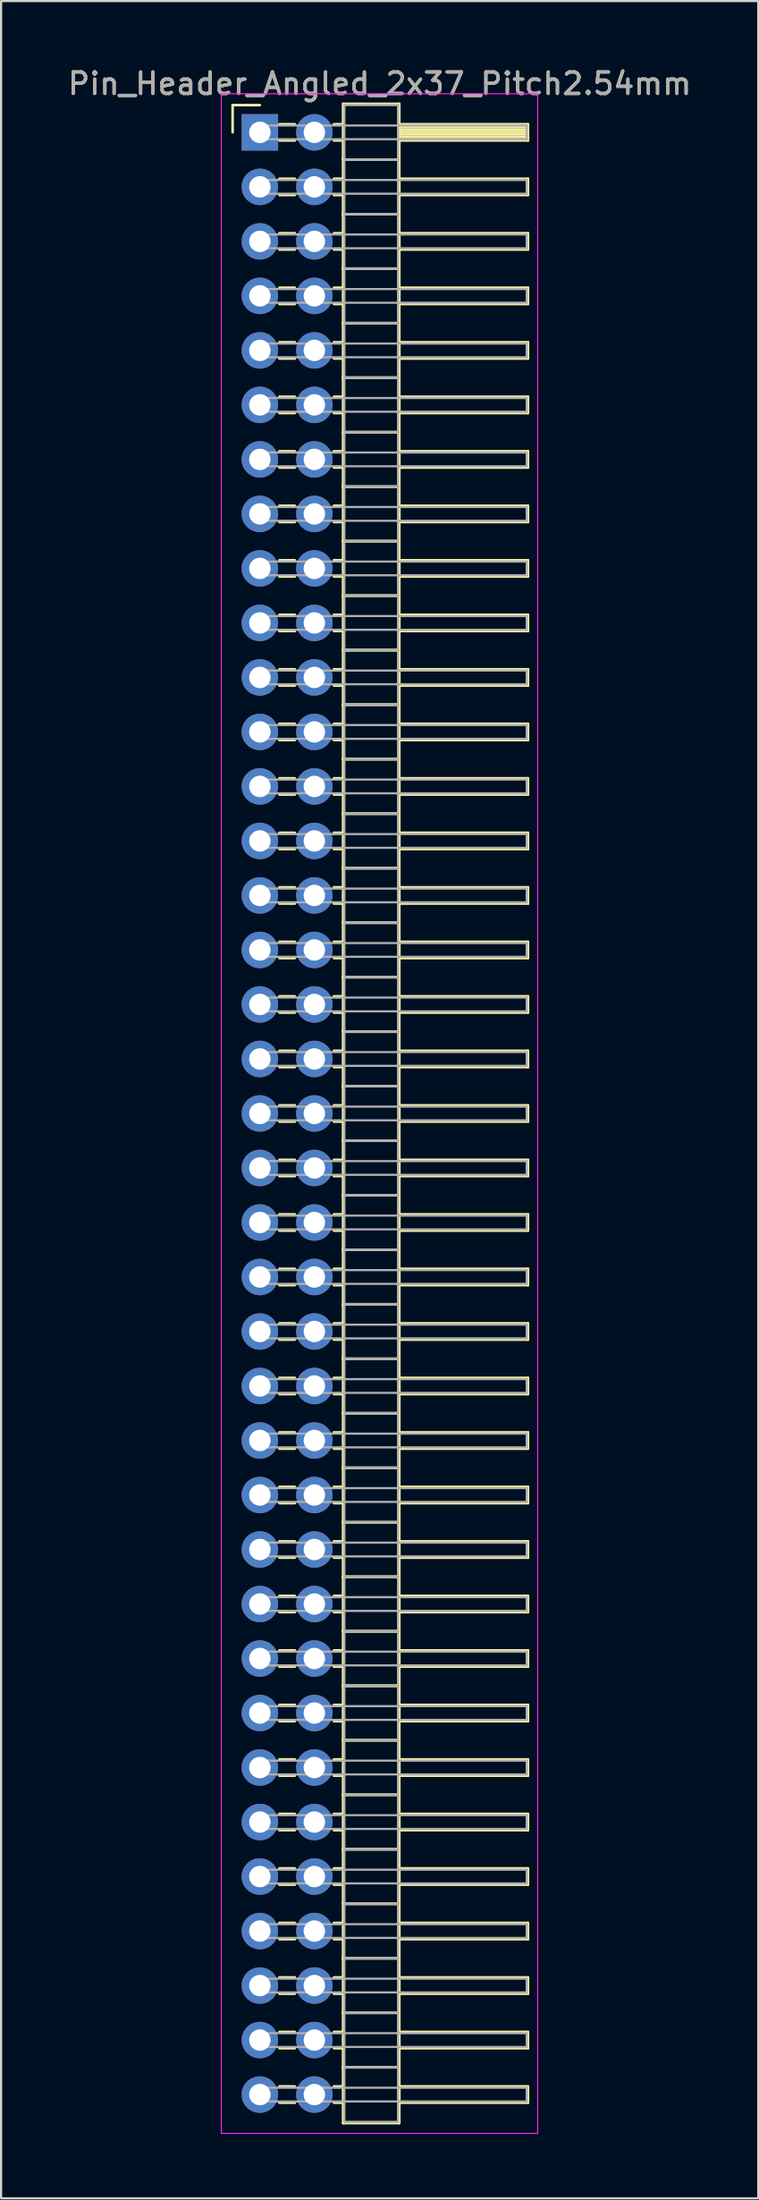
<source format=kicad_pcb>
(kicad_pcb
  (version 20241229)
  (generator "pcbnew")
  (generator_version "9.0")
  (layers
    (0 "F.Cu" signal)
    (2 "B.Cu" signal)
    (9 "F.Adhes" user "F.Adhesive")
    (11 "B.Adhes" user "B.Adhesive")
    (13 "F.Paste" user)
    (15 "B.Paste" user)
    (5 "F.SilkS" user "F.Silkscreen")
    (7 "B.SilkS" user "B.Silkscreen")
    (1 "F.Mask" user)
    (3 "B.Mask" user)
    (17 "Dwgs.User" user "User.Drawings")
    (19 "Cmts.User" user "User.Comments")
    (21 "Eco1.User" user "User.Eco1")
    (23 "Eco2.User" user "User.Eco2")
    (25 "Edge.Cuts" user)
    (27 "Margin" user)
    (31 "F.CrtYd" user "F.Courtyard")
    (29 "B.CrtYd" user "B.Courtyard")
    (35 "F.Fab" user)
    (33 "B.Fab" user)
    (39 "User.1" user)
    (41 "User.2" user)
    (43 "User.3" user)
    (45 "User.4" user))
  (footprint "Pin_Header_Angled_2x37_Pitch2.54mm"
    (layer "F.Cu")
    (at 9.064 3.118)
    (property "Reference" "Pin_Header_Angled_2x37_Pitch2.54mm" (at 5.585 -2.27 0) (layer "F.SilkS") (effects (font (size 1 1) (thickness 0.15))))
    (attr through_hole)
    (fp_line (start -1.27 -1.27) (end 0 -1.27) (stroke (width 0.12) (type solid)) (layer "F.SilkS"))
    (fp_line (start -1.27 0) (end -1.27 -1.27) (stroke (width 0.12) (type solid)) (layer "F.SilkS"))
    (fp_line (start 0.91 -0.38) (end 1.63 -0.38) (stroke (width 0.12) (type solid)) (layer "F.SilkS"))
    (fp_line (start 0.91 0.38) (end 1.63 0.38) (stroke (width 0.12) (type solid)) (layer "F.SilkS"))
    (fp_line (start 0.91 2.16) (end 1.63 2.16) (stroke (width 0.12) (type solid)) (layer "F.SilkS"))
    (fp_line (start 0.91 2.92) (end 1.63 2.92) (stroke (width 0.12) (type solid)) (layer "F.SilkS"))
    (fp_line (start 0.91 4.7) (end 1.63 4.7) (stroke (width 0.12) (type solid)) (layer "F.SilkS"))
    (fp_line (start 0.91 5.46) (end 1.63 5.46) (stroke (width 0.12) (type solid)) (layer "F.SilkS"))
    (fp_line (start 0.91 7.24) (end 1.63 7.24) (stroke (width 0.12) (type solid)) (layer "F.SilkS"))
    (fp_line (start 0.91 8) (end 1.63 8) (stroke (width 0.12) (type solid)) (layer "F.SilkS"))
    (fp_line (start 0.91 9.78) (end 1.63 9.78) (stroke (width 0.12) (type solid)) (layer "F.SilkS"))
    (fp_line (start 0.91 10.54) (end 1.63 10.54) (stroke (width 0.12) (type solid)) (layer "F.SilkS"))
    (fp_line (start 0.91 12.32) (end 1.63 12.32) (stroke (width 0.12) (type solid)) (layer "F.SilkS"))
    (fp_line (start 0.91 13.08) (end 1.63 13.08) (stroke (width 0.12) (type solid)) (layer "F.SilkS"))
    (fp_line (start 0.91 14.86) (end 1.63 14.86) (stroke (width 0.12) (type solid)) (layer "F.SilkS"))
    (fp_line (start 0.91 15.62) (end 1.63 15.62) (stroke (width 0.12) (type solid)) (layer "F.SilkS"))
    (fp_line (start 0.91 17.4) (end 1.63 17.4) (stroke (width 0.12) (type solid)) (layer "F.SilkS"))
    (fp_line (start 0.91 18.16) (end 1.63 18.16) (stroke (width 0.12) (type solid)) (layer "F.SilkS"))
    (fp_line (start 0.91 19.94) (end 1.63 19.94) (stroke (width 0.12) (type solid)) (layer "F.SilkS"))
    (fp_line (start 0.91 20.7) (end 1.63 20.7) (stroke (width 0.12) (type solid)) (layer "F.SilkS"))
    (fp_line (start 0.91 22.48) (end 1.63 22.48) (stroke (width 0.12) (type solid)) (layer "F.SilkS"))
    (fp_line (start 0.91 23.24) (end 1.63 23.24) (stroke (width 0.12) (type solid)) (layer "F.SilkS"))
    (fp_line (start 0.91 25.02) (end 1.63 25.02) (stroke (width 0.12) (type solid)) (layer "F.SilkS"))
    (fp_line (start 0.91 25.78) (end 1.63 25.78) (stroke (width 0.12) (type solid)) (layer "F.SilkS"))
    (fp_line (start 0.91 27.56) (end 1.63 27.56) (stroke (width 0.12) (type solid)) (layer "F.SilkS"))
    (fp_line (start 0.91 28.32) (end 1.63 28.32) (stroke (width 0.12) (type solid)) (layer "F.SilkS"))
    (fp_line (start 0.91 30.1) (end 1.63 30.1) (stroke (width 0.12) (type solid)) (layer "F.SilkS"))
    (fp_line (start 0.91 30.86) (end 1.63 30.86) (stroke (width 0.12) (type solid)) (layer "F.SilkS"))
    (fp_line (start 0.91 32.64) (end 1.63 32.64) (stroke (width 0.12) (type solid)) (layer "F.SilkS"))
    (fp_line (start 0.91 33.4) (end 1.63 33.4) (stroke (width 0.12) (type solid)) (layer "F.SilkS"))
    (fp_line (start 0.91 35.18) (end 1.63 35.18) (stroke (width 0.12) (type solid)) (layer "F.SilkS"))
    (fp_line (start 0.91 35.94) (end 1.63 35.94) (stroke (width 0.12) (type solid)) (layer "F.SilkS"))
    (fp_line (start 0.91 37.72) (end 1.63 37.72) (stroke (width 0.12) (type solid)) (layer "F.SilkS"))
    (fp_line (start 0.91 38.48) (end 1.63 38.48) (stroke (width 0.12) (type solid)) (layer "F.SilkS"))
    (fp_line (start 0.91 40.26) (end 1.63 40.26) (stroke (width 0.12) (type solid)) (layer "F.SilkS"))
    (fp_line (start 0.91 41.02) (end 1.63 41.02) (stroke (width 0.12) (type solid)) (layer "F.SilkS"))
    (fp_line (start 0.91 42.8) (end 1.63 42.8) (stroke (width 0.12) (type solid)) (layer "F.SilkS"))
    (fp_line (start 0.91 43.56) (end 1.63 43.56) (stroke (width 0.12) (type solid)) (layer "F.SilkS"))
    (fp_line (start 0.91 45.34) (end 1.63 45.34) (stroke (width 0.12) (type solid)) (layer "F.SilkS"))
    (fp_line (start 0.91 46.1) (end 1.63 46.1) (stroke (width 0.12) (type solid)) (layer "F.SilkS"))
    (fp_line (start 0.91 47.88) (end 1.63 47.88) (stroke (width 0.12) (type solid)) (layer "F.SilkS"))
    (fp_line (start 0.91 48.64) (end 1.63 48.64) (stroke (width 0.12) (type solid)) (layer "F.SilkS"))
    (fp_line (start 0.91 50.42) (end 1.63 50.42) (stroke (width 0.12) (type solid)) (layer "F.SilkS"))
    (fp_line (start 0.91 51.18) (end 1.63 51.18) (stroke (width 0.12) (type solid)) (layer "F.SilkS"))
    (fp_line (start 0.91 52.96) (end 1.63 52.96) (stroke (width 0.12) (type solid)) (layer "F.SilkS"))
    (fp_line (start 0.91 53.72) (end 1.63 53.72) (stroke (width 0.12) (type solid)) (layer "F.SilkS"))
    (fp_line (start 0.91 55.5) (end 1.63 55.5) (stroke (width 0.12) (type solid)) (layer "F.SilkS"))
    (fp_line (start 0.91 56.26) (end 1.63 56.26) (stroke (width 0.12) (type solid)) (layer "F.SilkS"))
    (fp_line (start 0.91 58.04) (end 1.63 58.04) (stroke (width 0.12) (type solid)) (layer "F.SilkS"))
    (fp_line (start 0.91 58.8) (end 1.63 58.8) (stroke (width 0.12) (type solid)) (layer "F.SilkS"))
    (fp_line (start 0.91 60.58) (end 1.63 60.58) (stroke (width 0.12) (type solid)) (layer "F.SilkS"))
    (fp_line (start 0.91 61.34) (end 1.63 61.34) (stroke (width 0.12) (type solid)) (layer "F.SilkS"))
    (fp_line (start 0.91 63.12) (end 1.63 63.12) (stroke (width 0.12) (type solid)) (layer "F.SilkS"))
    (fp_line (start 0.91 63.88) (end 1.63 63.88) (stroke (width 0.12) (type solid)) (layer "F.SilkS"))
    (fp_line (start 0.91 65.66) (end 1.63 65.66) (stroke (width 0.12) (type solid)) (layer "F.SilkS"))
    (fp_line (start 0.91 66.42) (end 1.63 66.42) (stroke (width 0.12) (type solid)) (layer "F.SilkS"))
    (fp_line (start 0.91 68.2) (end 1.63 68.2) (stroke (width 0.12) (type solid)) (layer "F.SilkS"))
    (fp_line (start 0.91 68.96) (end 1.63 68.96) (stroke (width 0.12) (type solid)) (layer "F.SilkS"))
    (fp_line (start 0.91 70.74) (end 1.63 70.74) (stroke (width 0.12) (type solid)) (layer "F.SilkS"))
    (fp_line (start 0.91 71.5) (end 1.63 71.5) (stroke (width 0.12) (type solid)) (layer "F.SilkS"))
    (fp_line (start 0.91 73.28) (end 1.63 73.28) (stroke (width 0.12) (type solid)) (layer "F.SilkS"))
    (fp_line (start 0.91 74.04) (end 1.63 74.04) (stroke (width 0.12) (type solid)) (layer "F.SilkS"))
    (fp_line (start 0.91 75.82) (end 1.63 75.82) (stroke (width 0.12) (type solid)) (layer "F.SilkS"))
    (fp_line (start 0.91 76.58) (end 1.63 76.58) (stroke (width 0.12) (type solid)) (layer "F.SilkS"))
    (fp_line (start 0.91 78.36) (end 1.63 78.36) (stroke (width 0.12) (type solid)) (layer "F.SilkS"))
    (fp_line (start 0.91 79.12) (end 1.63 79.12) (stroke (width 0.12) (type solid)) (layer "F.SilkS"))
    (fp_line (start 0.91 80.9) (end 1.63 80.9) (stroke (width 0.12) (type solid)) (layer "F.SilkS"))
    (fp_line (start 0.91 81.66) (end 1.63 81.66) (stroke (width 0.12) (type solid)) (layer "F.SilkS"))
    (fp_line (start 0.91 83.44) (end 1.63 83.44) (stroke (width 0.12) (type solid)) (layer "F.SilkS"))
    (fp_line (start 0.91 84.2) (end 1.63 84.2) (stroke (width 0.12) (type solid)) (layer "F.SilkS"))
    (fp_line (start 0.91 85.98) (end 1.63 85.98) (stroke (width 0.12) (type solid)) (layer "F.SilkS"))
    (fp_line (start 0.91 86.74) (end 1.63 86.74) (stroke (width 0.12) (type solid)) (layer "F.SilkS"))
    (fp_line (start 0.91 88.52) (end 1.63 88.52) (stroke (width 0.12) (type solid)) (layer "F.SilkS"))
    (fp_line (start 0.91 89.28) (end 1.63 89.28) (stroke (width 0.12) (type solid)) (layer "F.SilkS"))
    (fp_line (start 0.91 91.06) (end 1.63 91.06) (stroke (width 0.12) (type solid)) (layer "F.SilkS"))
    (fp_line (start 0.91 91.82) (end 1.63 91.82) (stroke (width 0.12) (type solid)) (layer "F.SilkS"))
    (fp_line (start 3.45 -0.38) (end 3.88 -0.38) (stroke (width 0.12) (type solid)) (layer "F.SilkS"))
    (fp_line (start 3.45 0.38) (end 3.88 0.38) (stroke (width 0.12) (type solid)) (layer "F.SilkS"))
    (fp_line (start 3.45 2.16) (end 3.88 2.16) (stroke (width 0.12) (type solid)) (layer "F.SilkS"))
    (fp_line (start 3.45 2.92) (end 3.88 2.92) (stroke (width 0.12) (type solid)) (layer "F.SilkS"))
    (fp_line (start 3.45 4.7) (end 3.88 4.7) (stroke (width 0.12) (type solid)) (layer "F.SilkS"))
    (fp_line (start 3.45 5.46) (end 3.88 5.46) (stroke (width 0.12) (type solid)) (layer "F.SilkS"))
    (fp_line (start 3.45 7.24) (end 3.88 7.24) (stroke (width 0.12) (type solid)) (layer "F.SilkS"))
    (fp_line (start 3.45 8) (end 3.88 8) (stroke (width 0.12) (type solid)) (layer "F.SilkS"))
    (fp_line (start 3.45 9.78) (end 3.88 9.78) (stroke (width 0.12) (type solid)) (layer "F.SilkS"))
    (fp_line (start 3.45 10.54) (end 3.88 10.54) (stroke (width 0.12) (type solid)) (layer "F.SilkS"))
    (fp_line (start 3.45 12.32) (end 3.88 12.32) (stroke (width 0.12) (type solid)) (layer "F.SilkS"))
    (fp_line (start 3.45 13.08) (end 3.88 13.08) (stroke (width 0.12) (type solid)) (layer "F.SilkS"))
    (fp_line (start 3.45 14.86) (end 3.88 14.86) (stroke (width 0.12) (type solid)) (layer "F.SilkS"))
    (fp_line (start 3.45 15.62) (end 3.88 15.62) (stroke (width 0.12) (type solid)) (layer "F.SilkS"))
    (fp_line (start 3.45 17.4) (end 3.88 17.4) (stroke (width 0.12) (type solid)) (layer "F.SilkS"))
    (fp_line (start 3.45 18.16) (end 3.88 18.16) (stroke (width 0.12) (type solid)) (layer "F.SilkS"))
    (fp_line (start 3.45 19.94) (end 3.88 19.94) (stroke (width 0.12) (type solid)) (layer "F.SilkS"))
    (fp_line (start 3.45 20.7) (end 3.88 20.7) (stroke (width 0.12) (type solid)) (layer "F.SilkS"))
    (fp_line (start 3.45 22.48) (end 3.88 22.48) (stroke (width 0.12) (type solid)) (layer "F.SilkS"))
    (fp_line (start 3.45 23.24) (end 3.88 23.24) (stroke (width 0.12) (type solid)) (layer "F.SilkS"))
    (fp_line (start 3.45 25.02) (end 3.88 25.02) (stroke (width 0.12) (type solid)) (layer "F.SilkS"))
    (fp_line (start 3.45 25.78) (end 3.88 25.78) (stroke (width 0.12) (type solid)) (layer "F.SilkS"))
    (fp_line (start 3.45 27.56) (end 3.88 27.56) (stroke (width 0.12) (type solid)) (layer "F.SilkS"))
    (fp_line (start 3.45 28.32) (end 3.88 28.32) (stroke (width 0.12) (type solid)) (layer "F.SilkS"))
    (fp_line (start 3.45 30.1) (end 3.88 30.1) (stroke (width 0.12) (type solid)) (layer "F.SilkS"))
    (fp_line (start 3.45 30.86) (end 3.88 30.86) (stroke (width 0.12) (type solid)) (layer "F.SilkS"))
    (fp_line (start 3.45 32.64) (end 3.88 32.64) (stroke (width 0.12) (type solid)) (layer "F.SilkS"))
    (fp_line (start 3.45 33.4) (end 3.88 33.4) (stroke (width 0.12) (type solid)) (layer "F.SilkS"))
    (fp_line (start 3.45 35.18) (end 3.88 35.18) (stroke (width 0.12) (type solid)) (layer "F.SilkS"))
    (fp_line (start 3.45 35.94) (end 3.88 35.94) (stroke (width 0.12) (type solid)) (layer "F.SilkS"))
    (fp_line (start 3.45 37.72) (end 3.88 37.72) (stroke (width 0.12) (type solid)) (layer "F.SilkS"))
    (fp_line (start 3.45 38.48) (end 3.88 38.48) (stroke (width 0.12) (type solid)) (layer "F.SilkS"))
    (fp_line (start 3.45 40.26) (end 3.88 40.26) (stroke (width 0.12) (type solid)) (layer "F.SilkS"))
    (fp_line (start 3.45 41.02) (end 3.88 41.02) (stroke (width 0.12) (type solid)) (layer "F.SilkS"))
    (fp_line (start 3.45 42.8) (end 3.88 42.8) (stroke (width 0.12) (type solid)) (layer "F.SilkS"))
    (fp_line (start 3.45 43.56) (end 3.88 43.56) (stroke (width 0.12) (type solid)) (layer "F.SilkS"))
    (fp_line (start 3.45 45.34) (end 3.88 45.34) (stroke (width 0.12) (type solid)) (layer "F.SilkS"))
    (fp_line (start 3.45 46.1) (end 3.88 46.1) (stroke (width 0.12) (type solid)) (layer "F.SilkS"))
    (fp_line (start 3.45 47.88) (end 3.88 47.88) (stroke (width 0.12) (type solid)) (layer "F.SilkS"))
    (fp_line (start 3.45 48.64) (end 3.88 48.64) (stroke (width 0.12) (type solid)) (layer "F.SilkS"))
    (fp_line (start 3.45 50.42) (end 3.88 50.42) (stroke (width 0.12) (type solid)) (layer "F.SilkS"))
    (fp_line (start 3.45 51.18) (end 3.88 51.18) (stroke (width 0.12) (type solid)) (layer "F.SilkS"))
    (fp_line (start 3.45 52.96) (end 3.88 52.96) (stroke (width 0.12) (type solid)) (layer "F.SilkS"))
    (fp_line (start 3.45 53.72) (end 3.88 53.72) (stroke (width 0.12) (type solid)) (layer "F.SilkS"))
    (fp_line (start 3.45 55.5) (end 3.88 55.5) (stroke (width 0.12) (type solid)) (layer "F.SilkS"))
    (fp_line (start 3.45 56.26) (end 3.88 56.26) (stroke (width 0.12) (type solid)) (layer "F.SilkS"))
    (fp_line (start 3.45 58.04) (end 3.88 58.04) (stroke (width 0.12) (type solid)) (layer "F.SilkS"))
    (fp_line (start 3.45 58.8) (end 3.88 58.8) (stroke (width 0.12) (type solid)) (layer "F.SilkS"))
    (fp_line (start 3.45 60.58) (end 3.88 60.58) (stroke (width 0.12) (type solid)) (layer "F.SilkS"))
    (fp_line (start 3.45 61.34) (end 3.88 61.34) (stroke (width 0.12) (type solid)) (layer "F.SilkS"))
    (fp_line (start 3.45 63.12) (end 3.88 63.12) (stroke (width 0.12) (type solid)) (layer "F.SilkS"))
    (fp_line (start 3.45 63.88) (end 3.88 63.88) (stroke (width 0.12) (type solid)) (layer "F.SilkS"))
    (fp_line (start 3.45 65.66) (end 3.88 65.66) (stroke (width 0.12) (type solid)) (layer "F.SilkS"))
    (fp_line (start 3.45 66.42) (end 3.88 66.42) (stroke (width 0.12) (type solid)) (layer "F.SilkS"))
    (fp_line (start 3.45 68.2) (end 3.88 68.2) (stroke (width 0.12) (type solid)) (layer "F.SilkS"))
    (fp_line (start 3.45 68.96) (end 3.88 68.96) (stroke (width 0.12) (type solid)) (layer "F.SilkS"))
    (fp_line (start 3.45 70.74) (end 3.88 70.74) (stroke (width 0.12) (type solid)) (layer "F.SilkS"))
    (fp_line (start 3.45 71.5) (end 3.88 71.5) (stroke (width 0.12) (type solid)) (layer "F.SilkS"))
    (fp_line (start 3.45 73.28) (end 3.88 73.28) (stroke (width 0.12) (type solid)) (layer "F.SilkS"))
    (fp_line (start 3.45 74.04) (end 3.88 74.04) (stroke (width 0.12) (type solid)) (layer "F.SilkS"))
    (fp_line (start 3.45 75.82) (end 3.88 75.82) (stroke (width 0.12) (type solid)) (layer "F.SilkS"))
    (fp_line (start 3.45 76.58) (end 3.88 76.58) (stroke (width 0.12) (type solid)) (layer "F.SilkS"))
    (fp_line (start 3.45 78.36) (end 3.88 78.36) (stroke (width 0.12) (type solid)) (layer "F.SilkS"))
    (fp_line (start 3.45 79.12) (end 3.88 79.12) (stroke (width 0.12) (type solid)) (layer "F.SilkS"))
    (fp_line (start 3.45 80.9) (end 3.88 80.9) (stroke (width 0.12) (type solid)) (layer "F.SilkS"))
    (fp_line (start 3.45 81.66) (end 3.88 81.66) (stroke (width 0.12) (type solid)) (layer "F.SilkS"))
    (fp_line (start 3.45 83.44) (end 3.88 83.44) (stroke (width 0.12) (type solid)) (layer "F.SilkS"))
    (fp_line (start 3.45 84.2) (end 3.88 84.2) (stroke (width 0.12) (type solid)) (layer "F.SilkS"))
    (fp_line (start 3.45 85.98) (end 3.88 85.98) (stroke (width 0.12) (type solid)) (layer "F.SilkS"))
    (fp_line (start 3.45 86.74) (end 3.88 86.74) (stroke (width 0.12) (type solid)) (layer "F.SilkS"))
    (fp_line (start 3.45 88.52) (end 3.88 88.52) (stroke (width 0.12) (type solid)) (layer "F.SilkS"))
    (fp_line (start 3.45 89.28) (end 3.88 89.28) (stroke (width 0.12) (type solid)) (layer "F.SilkS"))
    (fp_line (start 3.45 91.06) (end 3.88 91.06) (stroke (width 0.12) (type solid)) (layer "F.SilkS"))
    (fp_line (start 3.45 91.82) (end 3.88 91.82) (stroke (width 0.12) (type solid)) (layer "F.SilkS"))
    (fp_line (start 3.88 -1.33) (end 3.88 1.27) (stroke (width 0.12) (type solid)) (layer "F.SilkS"))
    (fp_line (start 3.88 1.27) (end 3.88 3.81) (stroke (width 0.12) (type solid)) (layer "F.SilkS"))
    (fp_line (start 3.88 1.27) (end 6.5 1.27) (stroke (width 0.12) (type solid)) (layer "F.SilkS"))
    (fp_line (start 3.88 3.81) (end 3.88 6.35) (stroke (width 0.12) (type solid)) (layer "F.SilkS"))
    (fp_line (start 3.88 3.81) (end 6.5 3.81) (stroke (width 0.12) (type solid)) (layer "F.SilkS"))
    (fp_line (start 3.88 6.35) (end 3.88 8.89) (stroke (width 0.12) (type solid)) (layer "F.SilkS"))
    (fp_line (start 3.88 6.35) (end 6.5 6.35) (stroke (width 0.12) (type solid)) (layer "F.SilkS"))
    (fp_line (start 3.88 8.89) (end 3.88 11.43) (stroke (width 0.12) (type solid)) (layer "F.SilkS"))
    (fp_line (start 3.88 8.89) (end 6.5 8.89) (stroke (width 0.12) (type solid)) (layer "F.SilkS"))
    (fp_line (start 3.88 11.43) (end 3.88 13.97) (stroke (width 0.12) (type solid)) (layer "F.SilkS"))
    (fp_line (start 3.88 11.43) (end 6.5 11.43) (stroke (width 0.12) (type solid)) (layer "F.SilkS"))
    (fp_line (start 3.88 13.97) (end 3.88 16.51) (stroke (width 0.12) (type solid)) (layer "F.SilkS"))
    (fp_line (start 3.88 13.97) (end 6.5 13.97) (stroke (width 0.12) (type solid)) (layer "F.SilkS"))
    (fp_line (start 3.88 16.51) (end 3.88 19.05) (stroke (width 0.12) (type solid)) (layer "F.SilkS"))
    (fp_line (start 3.88 16.51) (end 6.5 16.51) (stroke (width 0.12) (type solid)) (layer "F.SilkS"))
    (fp_line (start 3.88 19.05) (end 3.88 21.59) (stroke (width 0.12) (type solid)) (layer "F.SilkS"))
    (fp_line (start 3.88 19.05) (end 6.5 19.05) (stroke (width 0.12) (type solid)) (layer "F.SilkS"))
    (fp_line (start 3.88 21.59) (end 3.88 24.13) (stroke (width 0.12) (type solid)) (layer "F.SilkS"))
    (fp_line (start 3.88 21.59) (end 6.5 21.59) (stroke (width 0.12) (type solid)) (layer "F.SilkS"))
    (fp_line (start 3.88 24.13) (end 3.88 26.67) (stroke (width 0.12) (type solid)) (layer "F.SilkS"))
    (fp_line (start 3.88 24.13) (end 6.5 24.13) (stroke (width 0.12) (type solid)) (layer "F.SilkS"))
    (fp_line (start 3.88 26.67) (end 3.88 29.21) (stroke (width 0.12) (type solid)) (layer "F.SilkS"))
    (fp_line (start 3.88 26.67) (end 6.5 26.67) (stroke (width 0.12) (type solid)) (layer "F.SilkS"))
    (fp_line (start 3.88 29.21) (end 3.88 31.75) (stroke (width 0.12) (type solid)) (layer "F.SilkS"))
    (fp_line (start 3.88 29.21) (end 6.5 29.21) (stroke (width 0.12) (type solid)) (layer "F.SilkS"))
    (fp_line (start 3.88 31.75) (end 3.88 34.29) (stroke (width 0.12) (type solid)) (layer "F.SilkS"))
    (fp_line (start 3.88 31.75) (end 6.5 31.75) (stroke (width 0.12) (type solid)) (layer "F.SilkS"))
    (fp_line (start 3.88 34.29) (end 3.88 36.83) (stroke (width 0.12) (type solid)) (layer "F.SilkS"))
    (fp_line (start 3.88 34.29) (end 6.5 34.29) (stroke (width 0.12) (type solid)) (layer "F.SilkS"))
    (fp_line (start 3.88 36.83) (end 3.88 39.37) (stroke (width 0.12) (type solid)) (layer "F.SilkS"))
    (fp_line (start 3.88 36.83) (end 6.5 36.83) (stroke (width 0.12) (type solid)) (layer "F.SilkS"))
    (fp_line (start 3.88 39.37) (end 3.88 41.91) (stroke (width 0.12) (type solid)) (layer "F.SilkS"))
    (fp_line (start 3.88 39.37) (end 6.5 39.37) (stroke (width 0.12) (type solid)) (layer "F.SilkS"))
    (fp_line (start 3.88 41.91) (end 3.88 44.45) (stroke (width 0.12) (type solid)) (layer "F.SilkS"))
    (fp_line (start 3.88 41.91) (end 6.5 41.91) (stroke (width 0.12) (type solid)) (layer "F.SilkS"))
    (fp_line (start 3.88 44.45) (end 3.88 46.99) (stroke (width 0.12) (type solid)) (layer "F.SilkS"))
    (fp_line (start 3.88 44.45) (end 6.5 44.45) (stroke (width 0.12) (type solid)) (layer "F.SilkS"))
    (fp_line (start 3.88 46.99) (end 3.88 49.53) (stroke (width 0.12) (type solid)) (layer "F.SilkS"))
    (fp_line (start 3.88 46.99) (end 6.5 46.99) (stroke (width 0.12) (type solid)) (layer "F.SilkS"))
    (fp_line (start 3.88 49.53) (end 3.88 52.07) (stroke (width 0.12) (type solid)) (layer "F.SilkS"))
    (fp_line (start 3.88 49.53) (end 6.5 49.53) (stroke (width 0.12) (type solid)) (layer "F.SilkS"))
    (fp_line (start 3.88 52.07) (end 3.88 54.61) (stroke (width 0.12) (type solid)) (layer "F.SilkS"))
    (fp_line (start 3.88 52.07) (end 6.5 52.07) (stroke (width 0.12) (type solid)) (layer "F.SilkS"))
    (fp_line (start 3.88 54.61) (end 3.88 57.15) (stroke (width 0.12) (type solid)) (layer "F.SilkS"))
    (fp_line (start 3.88 54.61) (end 6.5 54.61) (stroke (width 0.12) (type solid)) (layer "F.SilkS"))
    (fp_line (start 3.88 57.15) (end 3.88 59.69) (stroke (width 0.12) (type solid)) (layer "F.SilkS"))
    (fp_line (start 3.88 57.15) (end 6.5 57.15) (stroke (width 0.12) (type solid)) (layer "F.SilkS"))
    (fp_line (start 3.88 59.69) (end 3.88 62.23) (stroke (width 0.12) (type solid)) (layer "F.SilkS"))
    (fp_line (start 3.88 59.69) (end 6.5 59.69) (stroke (width 0.12) (type solid)) (layer "F.SilkS"))
    (fp_line (start 3.88 62.23) (end 3.88 64.77) (stroke (width 0.12) (type solid)) (layer "F.SilkS"))
    (fp_line (start 3.88 62.23) (end 6.5 62.23) (stroke (width 0.12) (type solid)) (layer "F.SilkS"))
    (fp_line (start 3.88 64.77) (end 3.88 67.31) (stroke (width 0.12) (type solid)) (layer "F.SilkS"))
    (fp_line (start 3.88 64.77) (end 6.5 64.77) (stroke (width 0.12) (type solid)) (layer "F.SilkS"))
    (fp_line (start 3.88 67.31) (end 3.88 69.85) (stroke (width 0.12) (type solid)) (layer "F.SilkS"))
    (fp_line (start 3.88 67.31) (end 6.5 67.31) (stroke (width 0.12) (type solid)) (layer "F.SilkS"))
    (fp_line (start 3.88 69.85) (end 3.88 72.39) (stroke (width 0.12) (type solid)) (layer "F.SilkS"))
    (fp_line (start 3.88 69.85) (end 6.5 69.85) (stroke (width 0.12) (type solid)) (layer "F.SilkS"))
    (fp_line (start 3.88 72.39) (end 3.88 74.93) (stroke (width 0.12) (type solid)) (layer "F.SilkS"))
    (fp_line (start 3.88 72.39) (end 6.5 72.39) (stroke (width 0.12) (type solid)) (layer "F.SilkS"))
    (fp_line (start 3.88 74.93) (end 3.88 77.47) (stroke (width 0.12) (type solid)) (layer "F.SilkS"))
    (fp_line (start 3.88 74.93) (end 6.5 74.93) (stroke (width 0.12) (type solid)) (layer "F.SilkS"))
    (fp_line (start 3.88 77.47) (end 3.88 80.01) (stroke (width 0.12) (type solid)) (layer "F.SilkS"))
    (fp_line (start 3.88 77.47) (end 6.5 77.47) (stroke (width 0.12) (type solid)) (layer "F.SilkS"))
    (fp_line (start 3.88 80.01) (end 3.88 82.55) (stroke (width 0.12) (type solid)) (layer "F.SilkS"))
    (fp_line (start 3.88 80.01) (end 6.5 80.01) (stroke (width 0.12) (type solid)) (layer "F.SilkS"))
    (fp_line (start 3.88 82.55) (end 3.88 85.09) (stroke (width 0.12) (type solid)) (layer "F.SilkS"))
    (fp_line (start 3.88 82.55) (end 6.5 82.55) (stroke (width 0.12) (type solid)) (layer "F.SilkS"))
    (fp_line (start 3.88 85.09) (end 3.88 87.63) (stroke (width 0.12) (type solid)) (layer "F.SilkS"))
    (fp_line (start 3.88 85.09) (end 6.5 85.09) (stroke (width 0.12) (type solid)) (layer "F.SilkS"))
    (fp_line (start 3.88 87.63) (end 3.88 90.17) (stroke (width 0.12) (type solid)) (layer "F.SilkS"))
    (fp_line (start 3.88 87.63) (end 6.5 87.63) (stroke (width 0.12) (type solid)) (layer "F.SilkS"))
    (fp_line (start 3.88 90.17) (end 3.88 92.77) (stroke (width 0.12) (type solid)) (layer "F.SilkS"))
    (fp_line (start 3.88 90.17) (end 6.5 90.17) (stroke (width 0.12) (type solid)) (layer "F.SilkS"))
    (fp_line (start 3.88 92.77) (end 6.5 92.77) (stroke (width 0.12) (type solid)) (layer "F.SilkS"))
    (fp_line (start 6.5 -1.33) (end 3.88 -1.33) (stroke (width 0.12) (type solid)) (layer "F.SilkS"))
    (fp_line (start 6.5 -0.38) (end 6.5 0.38) (stroke (width 0.12) (type solid)) (layer "F.SilkS"))
    (fp_line (start 6.5 -0.26) (end 12.5 -0.26) (stroke (width 0.12) (type solid)) (layer "F.SilkS"))
    (fp_line (start 6.5 -0.14) (end 12.5 -0.14) (stroke (width 0.12) (type solid)) (layer "F.SilkS"))
    (fp_line (start 6.5 -0.02) (end 12.5 -0.02) (stroke (width 0.12) (type solid)) (layer "F.SilkS"))
    (fp_line (start 6.5 0.1) (end 12.5 0.1) (stroke (width 0.12) (type solid)) (layer "F.SilkS"))
    (fp_line (start 6.5 0.22) (end 12.5 0.22) (stroke (width 0.12) (type solid)) (layer "F.SilkS"))
    (fp_line (start 6.5 0.34) (end 12.5 0.34) (stroke (width 0.12) (type solid)) (layer "F.SilkS"))
    (fp_line (start 6.5 0.38) (end 12.5 0.38) (stroke (width 0.12) (type solid)) (layer "F.SilkS"))
    (fp_line (start 6.5 1.27) (end 3.88 1.27) (stroke (width 0.12) (type solid)) (layer "F.SilkS"))
    (fp_line (start 6.5 1.27) (end 6.5 -1.33) (stroke (width 0.12) (type solid)) (layer "F.SilkS"))
    (fp_line (start 6.5 2.16) (end 6.5 2.92) (stroke (width 0.12) (type solid)) (layer "F.SilkS"))
    (fp_line (start 6.5 2.92) (end 12.5 2.92) (stroke (width 0.12) (type solid)) (layer "F.SilkS"))
    (fp_line (start 6.5 3.81) (end 3.88 3.81) (stroke (width 0.12) (type solid)) (layer "F.SilkS"))
    (fp_line (start 6.5 3.81) (end 6.5 1.27) (stroke (width 0.12) (type solid)) (layer "F.SilkS"))
    (fp_line (start 6.5 4.7) (end 6.5 5.46) (stroke (width 0.12) (type solid)) (layer "F.SilkS"))
    (fp_line (start 6.5 5.46) (end 12.5 5.46) (stroke (width 0.12) (type solid)) (layer "F.SilkS"))
    (fp_line (start 6.5 6.35) (end 3.88 6.35) (stroke (width 0.12) (type solid)) (layer "F.SilkS"))
    (fp_line (start 6.5 6.35) (end 6.5 3.81) (stroke (width 0.12) (type solid)) (layer "F.SilkS"))
    (fp_line (start 6.5 7.24) (end 6.5 8) (stroke (width 0.12) (type solid)) (layer "F.SilkS"))
    (fp_line (start 6.5 8) (end 12.5 8) (stroke (width 0.12) (type solid)) (layer "F.SilkS"))
    (fp_line (start 6.5 8.89) (end 3.88 8.89) (stroke (width 0.12) (type solid)) (layer "F.SilkS"))
    (fp_line (start 6.5 8.89) (end 6.5 6.35) (stroke (width 0.12) (type solid)) (layer "F.SilkS"))
    (fp_line (start 6.5 9.78) (end 6.5 10.54) (stroke (width 0.12) (type solid)) (layer "F.SilkS"))
    (fp_line (start 6.5 10.54) (end 12.5 10.54) (stroke (width 0.12) (type solid)) (layer "F.SilkS"))
    (fp_line (start 6.5 11.43) (end 3.88 11.43) (stroke (width 0.12) (type solid)) (layer "F.SilkS"))
    (fp_line (start 6.5 11.43) (end 6.5 8.89) (stroke (width 0.12) (type solid)) (layer "F.SilkS"))
    (fp_line (start 6.5 12.32) (end 6.5 13.08) (stroke (width 0.12) (type solid)) (layer "F.SilkS"))
    (fp_line (start 6.5 13.08) (end 12.5 13.08) (stroke (width 0.12) (type solid)) (layer "F.SilkS"))
    (fp_line (start 6.5 13.97) (end 3.88 13.97) (stroke (width 0.12) (type solid)) (layer "F.SilkS"))
    (fp_line (start 6.5 13.97) (end 6.5 11.43) (stroke (width 0.12) (type solid)) (layer "F.SilkS"))
    (fp_line (start 6.5 14.86) (end 6.5 15.62) (stroke (width 0.12) (type solid)) (layer "F.SilkS"))
    (fp_line (start 6.5 15.62) (end 12.5 15.62) (stroke (width 0.12) (type solid)) (layer "F.SilkS"))
    (fp_line (start 6.5 16.51) (end 3.88 16.51) (stroke (width 0.12) (type solid)) (layer "F.SilkS"))
    (fp_line (start 6.5 16.51) (end 6.5 13.97) (stroke (width 0.12) (type solid)) (layer "F.SilkS"))
    (fp_line (start 6.5 17.4) (end 6.5 18.16) (stroke (width 0.12) (type solid)) (layer "F.SilkS"))
    (fp_line (start 6.5 18.16) (end 12.5 18.16) (stroke (width 0.12) (type solid)) (layer "F.SilkS"))
    (fp_line (start 6.5 19.05) (end 3.88 19.05) (stroke (width 0.12) (type solid)) (layer "F.SilkS"))
    (fp_line (start 6.5 19.05) (end 6.5 16.51) (stroke (width 0.12) (type solid)) (layer "F.SilkS"))
    (fp_line (start 6.5 19.94) (end 6.5 20.7) (stroke (width 0.12) (type solid)) (layer "F.SilkS"))
    (fp_line (start 6.5 20.7) (end 12.5 20.7) (stroke (width 0.12) (type solid)) (layer "F.SilkS"))
    (fp_line (start 6.5 21.59) (end 3.88 21.59) (stroke (width 0.12) (type solid)) (layer "F.SilkS"))
    (fp_line (start 6.5 21.59) (end 6.5 19.05) (stroke (width 0.12) (type solid)) (layer "F.SilkS"))
    (fp_line (start 6.5 22.48) (end 6.5 23.24) (stroke (width 0.12) (type solid)) (layer "F.SilkS"))
    (fp_line (start 6.5 23.24) (end 12.5 23.24) (stroke (width 0.12) (type solid)) (layer "F.SilkS"))
    (fp_line (start 6.5 24.13) (end 3.88 24.13) (stroke (width 0.12) (type solid)) (layer "F.SilkS"))
    (fp_line (start 6.5 24.13) (end 6.5 21.59) (stroke (width 0.12) (type solid)) (layer "F.SilkS"))
    (fp_line (start 6.5 25.02) (end 6.5 25.78) (stroke (width 0.12) (type solid)) (layer "F.SilkS"))
    (fp_line (start 6.5 25.78) (end 12.5 25.78) (stroke (width 0.12) (type solid)) (layer "F.SilkS"))
    (fp_line (start 6.5 26.67) (end 3.88 26.67) (stroke (width 0.12) (type solid)) (layer "F.SilkS"))
    (fp_line (start 6.5 26.67) (end 6.5 24.13) (stroke (width 0.12) (type solid)) (layer "F.SilkS"))
    (fp_line (start 6.5 27.56) (end 6.5 28.32) (stroke (width 0.12) (type solid)) (layer "F.SilkS"))
    (fp_line (start 6.5 28.32) (end 12.5 28.32) (stroke (width 0.12) (type solid)) (layer "F.SilkS"))
    (fp_line (start 6.5 29.21) (end 3.88 29.21) (stroke (width 0.12) (type solid)) (layer "F.SilkS"))
    (fp_line (start 6.5 29.21) (end 6.5 26.67) (stroke (width 0.12) (type solid)) (layer "F.SilkS"))
    (fp_line (start 6.5 30.1) (end 6.5 30.86) (stroke (width 0.12) (type solid)) (layer "F.SilkS"))
    (fp_line (start 6.5 30.86) (end 12.5 30.86) (stroke (width 0.12) (type solid)) (layer "F.SilkS"))
    (fp_line (start 6.5 31.75) (end 3.88 31.75) (stroke (width 0.12) (type solid)) (layer "F.SilkS"))
    (fp_line (start 6.5 31.75) (end 6.5 29.21) (stroke (width 0.12) (type solid)) (layer "F.SilkS"))
    (fp_line (start 6.5 32.64) (end 6.5 33.4) (stroke (width 0.12) (type solid)) (layer "F.SilkS"))
    (fp_line (start 6.5 33.4) (end 12.5 33.4) (stroke (width 0.12) (type solid)) (layer "F.SilkS"))
    (fp_line (start 6.5 34.29) (end 3.88 34.29) (stroke (width 0.12) (type solid)) (layer "F.SilkS"))
    (fp_line (start 6.5 34.29) (end 6.5 31.75) (stroke (width 0.12) (type solid)) (layer "F.SilkS"))
    (fp_line (start 6.5 35.18) (end 6.5 35.94) (stroke (width 0.12) (type solid)) (layer "F.SilkS"))
    (fp_line (start 6.5 35.94) (end 12.5 35.94) (stroke (width 0.12) (type solid)) (layer "F.SilkS"))
    (fp_line (start 6.5 36.83) (end 3.88 36.83) (stroke (width 0.12) (type solid)) (layer "F.SilkS"))
    (fp_line (start 6.5 36.83) (end 6.5 34.29) (stroke (width 0.12) (type solid)) (layer "F.SilkS"))
    (fp_line (start 6.5 37.72) (end 6.5 38.48) (stroke (width 0.12) (type solid)) (layer "F.SilkS"))
    (fp_line (start 6.5 38.48) (end 12.5 38.48) (stroke (width 0.12) (type solid)) (layer "F.SilkS"))
    (fp_line (start 6.5 39.37) (end 3.88 39.37) (stroke (width 0.12) (type solid)) (layer "F.SilkS"))
    (fp_line (start 6.5 39.37) (end 6.5 36.83) (stroke (width 0.12) (type solid)) (layer "F.SilkS"))
    (fp_line (start 6.5 40.26) (end 6.5 41.02) (stroke (width 0.12) (type solid)) (layer "F.SilkS"))
    (fp_line (start 6.5 41.02) (end 12.5 41.02) (stroke (width 0.12) (type solid)) (layer "F.SilkS"))
    (fp_line (start 6.5 41.91) (end 3.88 41.91) (stroke (width 0.12) (type solid)) (layer "F.SilkS"))
    (fp_line (start 6.5 41.91) (end 6.5 39.37) (stroke (width 0.12) (type solid)) (layer "F.SilkS"))
    (fp_line (start 6.5 42.8) (end 6.5 43.56) (stroke (width 0.12) (type solid)) (layer "F.SilkS"))
    (fp_line (start 6.5 43.56) (end 12.5 43.56) (stroke (width 0.12) (type solid)) (layer "F.SilkS"))
    (fp_line (start 6.5 44.45) (end 3.88 44.45) (stroke (width 0.12) (type solid)) (layer "F.SilkS"))
    (fp_line (start 6.5 44.45) (end 6.5 41.91) (stroke (width 0.12) (type solid)) (layer "F.SilkS"))
    (fp_line (start 6.5 45.34) (end 6.5 46.1) (stroke (width 0.12) (type solid)) (layer "F.SilkS"))
    (fp_line (start 6.5 46.1) (end 12.5 46.1) (stroke (width 0.12) (type solid)) (layer "F.SilkS"))
    (fp_line (start 6.5 46.99) (end 3.88 46.99) (stroke (width 0.12) (type solid)) (layer "F.SilkS"))
    (fp_line (start 6.5 46.99) (end 6.5 44.45) (stroke (width 0.12) (type solid)) (layer "F.SilkS"))
    (fp_line (start 6.5 47.88) (end 6.5 48.64) (stroke (width 0.12) (type solid)) (layer "F.SilkS"))
    (fp_line (start 6.5 48.64) (end 12.5 48.64) (stroke (width 0.12) (type solid)) (layer "F.SilkS"))
    (fp_line (start 6.5 49.53) (end 3.88 49.53) (stroke (width 0.12) (type solid)) (layer "F.SilkS"))
    (fp_line (start 6.5 49.53) (end 6.5 46.99) (stroke (width 0.12) (type solid)) (layer "F.SilkS"))
    (fp_line (start 6.5 50.42) (end 6.5 51.18) (stroke (width 0.12) (type solid)) (layer "F.SilkS"))
    (fp_line (start 6.5 51.18) (end 12.5 51.18) (stroke (width 0.12) (type solid)) (layer "F.SilkS"))
    (fp_line (start 6.5 52.07) (end 3.88 52.07) (stroke (width 0.12) (type solid)) (layer "F.SilkS"))
    (fp_line (start 6.5 52.07) (end 6.5 49.53) (stroke (width 0.12) (type solid)) (layer "F.SilkS"))
    (fp_line (start 6.5 52.96) (end 6.5 53.72) (stroke (width 0.12) (type solid)) (layer "F.SilkS"))
    (fp_line (start 6.5 53.72) (end 12.5 53.72) (stroke (width 0.12) (type solid)) (layer "F.SilkS"))
    (fp_line (start 6.5 54.61) (end 3.88 54.61) (stroke (width 0.12) (type solid)) (layer "F.SilkS"))
    (fp_line (start 6.5 54.61) (end 6.5 52.07) (stroke (width 0.12) (type solid)) (layer "F.SilkS"))
    (fp_line (start 6.5 55.5) (end 6.5 56.26) (stroke (width 0.12) (type solid)) (layer "F.SilkS"))
    (fp_line (start 6.5 56.26) (end 12.5 56.26) (stroke (width 0.12) (type solid)) (layer "F.SilkS"))
    (fp_line (start 6.5 57.15) (end 3.88 57.15) (stroke (width 0.12) (type solid)) (layer "F.SilkS"))
    (fp_line (start 6.5 57.15) (end 6.5 54.61) (stroke (width 0.12) (type solid)) (layer "F.SilkS"))
    (fp_line (start 6.5 58.04) (end 6.5 58.8) (stroke (width 0.12) (type solid)) (layer "F.SilkS"))
    (fp_line (start 6.5 58.8) (end 12.5 58.8) (stroke (width 0.12) (type solid)) (layer "F.SilkS"))
    (fp_line (start 6.5 59.69) (end 3.88 59.69) (stroke (width 0.12) (type solid)) (layer "F.SilkS"))
    (fp_line (start 6.5 59.69) (end 6.5 57.15) (stroke (width 0.12) (type solid)) (layer "F.SilkS"))
    (fp_line (start 6.5 60.58) (end 6.5 61.34) (stroke (width 0.12) (type solid)) (layer "F.SilkS"))
    (fp_line (start 6.5 61.34) (end 12.5 61.34) (stroke (width 0.12) (type solid)) (layer "F.SilkS"))
    (fp_line (start 6.5 62.23) (end 3.88 62.23) (stroke (width 0.12) (type solid)) (layer "F.SilkS"))
    (fp_line (start 6.5 62.23) (end 6.5 59.69) (stroke (width 0.12) (type solid)) (layer "F.SilkS"))
    (fp_line (start 6.5 63.12) (end 6.5 63.88) (stroke (width 0.12) (type solid)) (layer "F.SilkS"))
    (fp_line (start 6.5 63.88) (end 12.5 63.88) (stroke (width 0.12) (type solid)) (layer "F.SilkS"))
    (fp_line (start 6.5 64.77) (end 3.88 64.77) (stroke (width 0.12) (type solid)) (layer "F.SilkS"))
    (fp_line (start 6.5 64.77) (end 6.5 62.23) (stroke (width 0.12) (type solid)) (layer "F.SilkS"))
    (fp_line (start 6.5 65.66) (end 6.5 66.42) (stroke (width 0.12) (type solid)) (layer "F.SilkS"))
    (fp_line (start 6.5 66.42) (end 12.5 66.42) (stroke (width 0.12) (type solid)) (layer "F.SilkS"))
    (fp_line (start 6.5 67.31) (end 3.88 67.31) (stroke (width 0.12) (type solid)) (layer "F.SilkS"))
    (fp_line (start 6.5 67.31) (end 6.5 64.77) (stroke (width 0.12) (type solid)) (layer "F.SilkS"))
    (fp_line (start 6.5 68.2) (end 6.5 68.96) (stroke (width 0.12) (type solid)) (layer "F.SilkS"))
    (fp_line (start 6.5 68.96) (end 12.5 68.96) (stroke (width 0.12) (type solid)) (layer "F.SilkS"))
    (fp_line (start 6.5 69.85) (end 3.88 69.85) (stroke (width 0.12) (type solid)) (layer "F.SilkS"))
    (fp_line (start 6.5 69.85) (end 6.5 67.31) (stroke (width 0.12) (type solid)) (layer "F.SilkS"))
    (fp_line (start 6.5 70.74) (end 6.5 71.5) (stroke (width 0.12) (type solid)) (layer "F.SilkS"))
    (fp_line (start 6.5 71.5) (end 12.5 71.5) (stroke (width 0.12) (type solid)) (layer "F.SilkS"))
    (fp_line (start 6.5 72.39) (end 3.88 72.39) (stroke (width 0.12) (type solid)) (layer "F.SilkS"))
    (fp_line (start 6.5 72.39) (end 6.5 69.85) (stroke (width 0.12) (type solid)) (layer "F.SilkS"))
    (fp_line (start 6.5 73.28) (end 6.5 74.04) (stroke (width 0.12) (type solid)) (layer "F.SilkS"))
    (fp_line (start 6.5 74.04) (end 12.5 74.04) (stroke (width 0.12) (type solid)) (layer "F.SilkS"))
    (fp_line (start 6.5 74.93) (end 3.88 74.93) (stroke (width 0.12) (type solid)) (layer "F.SilkS"))
    (fp_line (start 6.5 74.93) (end 6.5 72.39) (stroke (width 0.12) (type solid)) (layer "F.SilkS"))
    (fp_line (start 6.5 75.82) (end 6.5 76.58) (stroke (width 0.12) (type solid)) (layer "F.SilkS"))
    (fp_line (start 6.5 76.58) (end 12.5 76.58) (stroke (width 0.12) (type solid)) (layer "F.SilkS"))
    (fp_line (start 6.5 77.47) (end 3.88 77.47) (stroke (width 0.12) (type solid)) (layer "F.SilkS"))
    (fp_line (start 6.5 77.47) (end 6.5 74.93) (stroke (width 0.12) (type solid)) (layer "F.SilkS"))
    (fp_line (start 6.5 78.36) (end 6.5 79.12) (stroke (width 0.12) (type solid)) (layer "F.SilkS"))
    (fp_line (start 6.5 79.12) (end 12.5 79.12) (stroke (width 0.12) (type solid)) (layer "F.SilkS"))
    (fp_line (start 6.5 80.01) (end 3.88 80.01) (stroke (width 0.12) (type solid)) (layer "F.SilkS"))
    (fp_line (start 6.5 80.01) (end 6.5 77.47) (stroke (width 0.12) (type solid)) (layer "F.SilkS"))
    (fp_line (start 6.5 80.9) (end 6.5 81.66) (stroke (width 0.12) (type solid)) (layer "F.SilkS"))
    (fp_line (start 6.5 81.66) (end 12.5 81.66) (stroke (width 0.12) (type solid)) (layer "F.SilkS"))
    (fp_line (start 6.5 82.55) (end 3.88 82.55) (stroke (width 0.12) (type solid)) (layer "F.SilkS"))
    (fp_line (start 6.5 82.55) (end 6.5 80.01) (stroke (width 0.12) (type solid)) (layer "F.SilkS"))
    (fp_line (start 6.5 83.44) (end 6.5 84.2) (stroke (width 0.12) (type solid)) (layer "F.SilkS"))
    (fp_line (start 6.5 84.2) (end 12.5 84.2) (stroke (width 0.12) (type solid)) (layer "F.SilkS"))
    (fp_line (start 6.5 85.09) (end 3.88 85.09) (stroke (width 0.12) (type solid)) (layer "F.SilkS"))
    (fp_line (start 6.5 85.09) (end 6.5 82.55) (stroke (width 0.12) (type solid)) (layer "F.SilkS"))
    (fp_line (start 6.5 85.98) (end 6.5 86.74) (stroke (width 0.12) (type solid)) (layer "F.SilkS"))
    (fp_line (start 6.5 86.74) (end 12.5 86.74) (stroke (width 0.12) (type solid)) (layer "F.SilkS"))
    (fp_line (start 6.5 87.63) (end 3.88 87.63) (stroke (width 0.12) (type solid)) (layer "F.SilkS"))
    (fp_line (start 6.5 87.63) (end 6.5 85.09) (stroke (width 0.12) (type solid)) (layer "F.SilkS"))
    (fp_line (start 6.5 88.52) (end 6.5 89.28) (stroke (width 0.12) (type solid)) (layer "F.SilkS"))
    (fp_line (start 6.5 89.28) (end 12.5 89.28) (stroke (width 0.12) (type solid)) (layer "F.SilkS"))
    (fp_line (start 6.5 90.17) (end 3.88 90.17) (stroke (width 0.12) (type solid)) (layer "F.SilkS"))
    (fp_line (start 6.5 90.17) (end 6.5 87.63) (stroke (width 0.12) (type solid)) (layer "F.SilkS"))
    (fp_line (start 6.5 91.06) (end 6.5 91.82) (stroke (width 0.12) (type solid)) (layer "F.SilkS"))
    (fp_line (start 6.5 91.82) (end 12.5 91.82) (stroke (width 0.12) (type solid)) (layer "F.SilkS"))
    (fp_line (start 6.5 92.77) (end 6.5 90.17) (stroke (width 0.12) (type solid)) (layer "F.SilkS"))
    (fp_line (start 12.5 -0.38) (end 6.5 -0.38) (stroke (width 0.12) (type solid)) (layer "F.SilkS"))
    (fp_line (start 12.5 0.38) (end 12.5 -0.38) (stroke (width 0.12) (type solid)) (layer "F.SilkS"))
    (fp_line (start 12.5 2.16) (end 6.5 2.16) (stroke (width 0.12) (type solid)) (layer "F.SilkS"))
    (fp_line (start 12.5 2.92) (end 12.5 2.16) (stroke (width 0.12) (type solid)) (layer "F.SilkS"))
    (fp_line (start 12.5 4.7) (end 6.5 4.7) (stroke (width 0.12) (type solid)) (layer "F.SilkS"))
    (fp_line (start 12.5 5.46) (end 12.5 4.7) (stroke (width 0.12) (type solid)) (layer "F.SilkS"))
    (fp_line (start 12.5 7.24) (end 6.5 7.24) (stroke (width 0.12) (type solid)) (layer "F.SilkS"))
    (fp_line (start 12.5 8) (end 12.5 7.24) (stroke (width 0.12) (type solid)) (layer "F.SilkS"))
    (fp_line (start 12.5 9.78) (end 6.5 9.78) (stroke (width 0.12) (type solid)) (layer "F.SilkS"))
    (fp_line (start 12.5 10.54) (end 12.5 9.78) (stroke (width 0.12) (type solid)) (layer "F.SilkS"))
    (fp_line (start 12.5 12.32) (end 6.5 12.32) (stroke (width 0.12) (type solid)) (layer "F.SilkS"))
    (fp_line (start 12.5 13.08) (end 12.5 12.32) (stroke (width 0.12) (type solid)) (layer "F.SilkS"))
    (fp_line (start 12.5 14.86) (end 6.5 14.86) (stroke (width 0.12) (type solid)) (layer "F.SilkS"))
    (fp_line (start 12.5 15.62) (end 12.5 14.86) (stroke (width 0.12) (type solid)) (layer "F.SilkS"))
    (fp_line (start 12.5 17.4) (end 6.5 17.4) (stroke (width 0.12) (type solid)) (layer "F.SilkS"))
    (fp_line (start 12.5 18.16) (end 12.5 17.4) (stroke (width 0.12) (type solid)) (layer "F.SilkS"))
    (fp_line (start 12.5 19.94) (end 6.5 19.94) (stroke (width 0.12) (type solid)) (layer "F.SilkS"))
    (fp_line (start 12.5 20.7) (end 12.5 19.94) (stroke (width 0.12) (type solid)) (layer "F.SilkS"))
    (fp_line (start 12.5 22.48) (end 6.5 22.48) (stroke (width 0.12) (type solid)) (layer "F.SilkS"))
    (fp_line (start 12.5 23.24) (end 12.5 22.48) (stroke (width 0.12) (type solid)) (layer "F.SilkS"))
    (fp_line (start 12.5 25.02) (end 6.5 25.02) (stroke (width 0.12) (type solid)) (layer "F.SilkS"))
    (fp_line (start 12.5 25.78) (end 12.5 25.02) (stroke (width 0.12) (type solid)) (layer "F.SilkS"))
    (fp_line (start 12.5 27.56) (end 6.5 27.56) (stroke (width 0.12) (type solid)) (layer "F.SilkS"))
    (fp_line (start 12.5 28.32) (end 12.5 27.56) (stroke (width 0.12) (type solid)) (layer "F.SilkS"))
    (fp_line (start 12.5 30.1) (end 6.5 30.1) (stroke (width 0.12) (type solid)) (layer "F.SilkS"))
    (fp_line (start 12.5 30.86) (end 12.5 30.1) (stroke (width 0.12) (type solid)) (layer "F.SilkS"))
    (fp_line (start 12.5 32.64) (end 6.5 32.64) (stroke (width 0.12) (type solid)) (layer "F.SilkS"))
    (fp_line (start 12.5 33.4) (end 12.5 32.64) (stroke (width 0.12) (type solid)) (layer "F.SilkS"))
    (fp_line (start 12.5 35.18) (end 6.5 35.18) (stroke (width 0.12) (type solid)) (layer "F.SilkS"))
    (fp_line (start 12.5 35.94) (end 12.5 35.18) (stroke (width 0.12) (type solid)) (layer "F.SilkS"))
    (fp_line (start 12.5 37.72) (end 6.5 37.72) (stroke (width 0.12) (type solid)) (layer "F.SilkS"))
    (fp_line (start 12.5 38.48) (end 12.5 37.72) (stroke (width 0.12) (type solid)) (layer "F.SilkS"))
    (fp_line (start 12.5 40.26) (end 6.5 40.26) (stroke (width 0.12) (type solid)) (layer "F.SilkS"))
    (fp_line (start 12.5 41.02) (end 12.5 40.26) (stroke (width 0.12) (type solid)) (layer "F.SilkS"))
    (fp_line (start 12.5 42.8) (end 6.5 42.8) (stroke (width 0.12) (type solid)) (layer "F.SilkS"))
    (fp_line (start 12.5 43.56) (end 12.5 42.8) (stroke (width 0.12) (type solid)) (layer "F.SilkS"))
    (fp_line (start 12.5 45.34) (end 6.5 45.34) (stroke (width 0.12) (type solid)) (layer "F.SilkS"))
    (fp_line (start 12.5 46.1) (end 12.5 45.34) (stroke (width 0.12) (type solid)) (layer "F.SilkS"))
    (fp_line (start 12.5 47.88) (end 6.5 47.88) (stroke (width 0.12) (type solid)) (layer "F.SilkS"))
    (fp_line (start 12.5 48.64) (end 12.5 47.88) (stroke (width 0.12) (type solid)) (layer "F.SilkS"))
    (fp_line (start 12.5 50.42) (end 6.5 50.42) (stroke (width 0.12) (type solid)) (layer "F.SilkS"))
    (fp_line (start 12.5 51.18) (end 12.5 50.42) (stroke (width 0.12) (type solid)) (layer "F.SilkS"))
    (fp_line (start 12.5 52.96) (end 6.5 52.96) (stroke (width 0.12) (type solid)) (layer "F.SilkS"))
    (fp_line (start 12.5 53.72) (end 12.5 52.96) (stroke (width 0.12) (type solid)) (layer "F.SilkS"))
    (fp_line (start 12.5 55.5) (end 6.5 55.5) (stroke (width 0.12) (type solid)) (layer "F.SilkS"))
    (fp_line (start 12.5 56.26) (end 12.5 55.5) (stroke (width 0.12) (type solid)) (layer "F.SilkS"))
    (fp_line (start 12.5 58.04) (end 6.5 58.04) (stroke (width 0.12) (type solid)) (layer "F.SilkS"))
    (fp_line (start 12.5 58.8) (end 12.5 58.04) (stroke (width 0.12) (type solid)) (layer "F.SilkS"))
    (fp_line (start 12.5 60.58) (end 6.5 60.58) (stroke (width 0.12) (type solid)) (layer "F.SilkS"))
    (fp_line (start 12.5 61.34) (end 12.5 60.58) (stroke (width 0.12) (type solid)) (layer "F.SilkS"))
    (fp_line (start 12.5 63.12) (end 6.5 63.12) (stroke (width 0.12) (type solid)) (layer "F.SilkS"))
    (fp_line (start 12.5 63.88) (end 12.5 63.12) (stroke (width 0.12) (type solid)) (layer "F.SilkS"))
    (fp_line (start 12.5 65.66) (end 6.5 65.66) (stroke (width 0.12) (type solid)) (layer "F.SilkS"))
    (fp_line (start 12.5 66.42) (end 12.5 65.66) (stroke (width 0.12) (type solid)) (layer "F.SilkS"))
    (fp_line (start 12.5 68.2) (end 6.5 68.2) (stroke (width 0.12) (type solid)) (layer "F.SilkS"))
    (fp_line (start 12.5 68.96) (end 12.5 68.2) (stroke (width 0.12) (type solid)) (layer "F.SilkS"))
    (fp_line (start 12.5 70.74) (end 6.5 70.74) (stroke (width 0.12) (type solid)) (layer "F.SilkS"))
    (fp_line (start 12.5 71.5) (end 12.5 70.74) (stroke (width 0.12) (type solid)) (layer "F.SilkS"))
    (fp_line (start 12.5 73.28) (end 6.5 73.28) (stroke (width 0.12) (type solid)) (layer "F.SilkS"))
    (fp_line (start 12.5 74.04) (end 12.5 73.28) (stroke (width 0.12) (type solid)) (layer "F.SilkS"))
    (fp_line (start 12.5 75.82) (end 6.5 75.82) (stroke (width 0.12) (type solid)) (layer "F.SilkS"))
    (fp_line (start 12.5 76.58) (end 12.5 75.82) (stroke (width 0.12) (type solid)) (layer "F.SilkS"))
    (fp_line (start 12.5 78.36) (end 6.5 78.36) (stroke (width 0.12) (type solid)) (layer "F.SilkS"))
    (fp_line (start 12.5 79.12) (end 12.5 78.36) (stroke (width 0.12) (type solid)) (layer "F.SilkS"))
    (fp_line (start 12.5 80.9) (end 6.5 80.9) (stroke (width 0.12) (type solid)) (layer "F.SilkS"))
    (fp_line (start 12.5 81.66) (end 12.5 80.9) (stroke (width 0.12) (type solid)) (layer "F.SilkS"))
    (fp_line (start 12.5 83.44) (end 6.5 83.44) (stroke (width 0.12) (type solid)) (layer "F.SilkS"))
    (fp_line (start 12.5 84.2) (end 12.5 83.44) (stroke (width 0.12) (type solid)) (layer "F.SilkS"))
    (fp_line (start 12.5 85.98) (end 6.5 85.98) (stroke (width 0.12) (type solid)) (layer "F.SilkS"))
    (fp_line (start 12.5 86.74) (end 12.5 85.98) (stroke (width 0.12) (type solid)) (layer "F.SilkS"))
    (fp_line (start 12.5 88.52) (end 6.5 88.52) (stroke (width 0.12) (type solid)) (layer "F.SilkS"))
    (fp_line (start 12.5 89.28) (end 12.5 88.52) (stroke (width 0.12) (type solid)) (layer "F.SilkS"))
    (fp_line (start 12.5 91.06) (end 6.5 91.06) (stroke (width 0.12) (type solid)) (layer "F.SilkS"))
    (fp_line (start 12.5 91.82) (end 12.5 91.06) (stroke (width 0.12) (type solid)) (layer "F.SilkS"))
    (fp_line (start -1.8 -1.8) (end -1.8 93.25) (stroke (width 0.05) (type solid)) (layer "F.CrtYd"))
    (fp_line (start -1.8 93.25) (end 12.95 93.25) (stroke (width 0.05) (type solid)) (layer "F.CrtYd"))
    (fp_line (start 12.95 -1.8) (end -1.8 -1.8) (stroke (width 0.05) (type solid)) (layer "F.CrtYd"))
    (fp_line (start 12.95 93.25) (end 12.95 -1.8) (stroke (width 0.05) (type solid)) (layer "F.CrtYd"))
    (fp_line (start 0 -0.32) (end 0 0.32) (stroke (width 0.1) (type solid)) (layer "F.Fab"))
    (fp_line (start 0 0.32) (end 12.44 0.32) (stroke (width 0.1) (type solid)) (layer "F.Fab"))
    (fp_line (start 0 2.22) (end 0 2.86) (stroke (width 0.1) (type solid)) (layer "F.Fab"))
    (fp_line (start 0 2.86) (end 12.44 2.86) (stroke (width 0.1) (type solid)) (layer "F.Fab"))
    (fp_line (start 0 4.76) (end 0 5.4) (stroke (width 0.1) (type solid)) (layer "F.Fab"))
    (fp_line (start 0 5.4) (end 12.44 5.4) (stroke (width 0.1) (type solid)) (layer "F.Fab"))
    (fp_line (start 0 7.3) (end 0 7.94) (stroke (width 0.1) (type solid)) (layer "F.Fab"))
    (fp_line (start 0 7.94) (end 12.44 7.94) (stroke (width 0.1) (type solid)) (layer "F.Fab"))
    (fp_line (start 0 9.84) (end 0 10.48) (stroke (width 0.1) (type solid)) (layer "F.Fab"))
    (fp_line (start 0 10.48) (end 12.44 10.48) (stroke (width 0.1) (type solid)) (layer "F.Fab"))
    (fp_line (start 0 12.38) (end 0 13.02) (stroke (width 0.1) (type solid)) (layer "F.Fab"))
    (fp_line (start 0 13.02) (end 12.44 13.02) (stroke (width 0.1) (type solid)) (layer "F.Fab"))
    (fp_line (start 0 14.92) (end 0 15.56) (stroke (width 0.1) (type solid)) (layer "F.Fab"))
    (fp_line (start 0 15.56) (end 12.44 15.56) (stroke (width 0.1) (type solid)) (layer "F.Fab"))
    (fp_line (start 0 17.46) (end 0 18.1) (stroke (width 0.1) (type solid)) (layer "F.Fab"))
    (fp_line (start 0 18.1) (end 12.44 18.1) (stroke (width 0.1) (type solid)) (layer "F.Fab"))
    (fp_line (start 0 20) (end 0 20.64) (stroke (width 0.1) (type solid)) (layer "F.Fab"))
    (fp_line (start 0 20.64) (end 12.44 20.64) (stroke (width 0.1) (type solid)) (layer "F.Fab"))
    (fp_line (start 0 22.54) (end 0 23.18) (stroke (width 0.1) (type solid)) (layer "F.Fab"))
    (fp_line (start 0 23.18) (end 12.44 23.18) (stroke (width 0.1) (type solid)) (layer "F.Fab"))
    (fp_line (start 0 25.08) (end 0 25.72) (stroke (width 0.1) (type solid)) (layer "F.Fab"))
    (fp_line (start 0 25.72) (end 12.44 25.72) (stroke (width 0.1) (type solid)) (layer "F.Fab"))
    (fp_line (start 0 27.62) (end 0 28.26) (stroke (width 0.1) (type solid)) (layer "F.Fab"))
    (fp_line (start 0 28.26) (end 12.44 28.26) (stroke (width 0.1) (type solid)) (layer "F.Fab"))
    (fp_line (start 0 30.16) (end 0 30.8) (stroke (width 0.1) (type solid)) (layer "F.Fab"))
    (fp_line (start 0 30.8) (end 12.44 30.8) (stroke (width 0.1) (type solid)) (layer "F.Fab"))
    (fp_line (start 0 32.7) (end 0 33.34) (stroke (width 0.1) (type solid)) (layer "F.Fab"))
    (fp_line (start 0 33.34) (end 12.44 33.34) (stroke (width 0.1) (type solid)) (layer "F.Fab"))
    (fp_line (start 0 35.24) (end 0 35.88) (stroke (width 0.1) (type solid)) (layer "F.Fab"))
    (fp_line (start 0 35.88) (end 12.44 35.88) (stroke (width 0.1) (type solid)) (layer "F.Fab"))
    (fp_line (start 0 37.78) (end 0 38.42) (stroke (width 0.1) (type solid)) (layer "F.Fab"))
    (fp_line (start 0 38.42) (end 12.44 38.42) (stroke (width 0.1) (type solid)) (layer "F.Fab"))
    (fp_line (start 0 40.32) (end 0 40.96) (stroke (width 0.1) (type solid)) (layer "F.Fab"))
    (fp_line (start 0 40.96) (end 12.44 40.96) (stroke (width 0.1) (type solid)) (layer "F.Fab"))
    (fp_line (start 0 42.86) (end 0 43.5) (stroke (width 0.1) (type solid)) (layer "F.Fab"))
    (fp_line (start 0 43.5) (end 12.44 43.5) (stroke (width 0.1) (type solid)) (layer "F.Fab"))
    (fp_line (start 0 45.4) (end 0 46.04) (stroke (width 0.1) (type solid)) (layer "F.Fab"))
    (fp_line (start 0 46.04) (end 12.44 46.04) (stroke (width 0.1) (type solid)) (layer "F.Fab"))
    (fp_line (start 0 47.94) (end 0 48.58) (stroke (width 0.1) (type solid)) (layer "F.Fab"))
    (fp_line (start 0 48.58) (end 12.44 48.58) (stroke (width 0.1) (type solid)) (layer "F.Fab"))
    (fp_line (start 0 50.48) (end 0 51.12) (stroke (width 0.1) (type solid)) (layer "F.Fab"))
    (fp_line (start 0 51.12) (end 12.44 51.12) (stroke (width 0.1) (type solid)) (layer "F.Fab"))
    (fp_line (start 0 53.02) (end 0 53.66) (stroke (width 0.1) (type solid)) (layer "F.Fab"))
    (fp_line (start 0 53.66) (end 12.44 53.66) (stroke (width 0.1) (type solid)) (layer "F.Fab"))
    (fp_line (start 0 55.56) (end 0 56.2) (stroke (width 0.1) (type solid)) (layer "F.Fab"))
    (fp_line (start 0 56.2) (end 12.44 56.2) (stroke (width 0.1) (type solid)) (layer "F.Fab"))
    (fp_line (start 0 58.1) (end 0 58.74) (stroke (width 0.1) (type solid)) (layer "F.Fab"))
    (fp_line (start 0 58.74) (end 12.44 58.74) (stroke (width 0.1) (type solid)) (layer "F.Fab"))
    (fp_line (start 0 60.64) (end 0 61.28) (stroke (width 0.1) (type solid)) (layer "F.Fab"))
    (fp_line (start 0 61.28) (end 12.44 61.28) (stroke (width 0.1) (type solid)) (layer "F.Fab"))
    (fp_line (start 0 63.18) (end 0 63.82) (stroke (width 0.1) (type solid)) (layer "F.Fab"))
    (fp_line (start 0 63.82) (end 12.44 63.82) (stroke (width 0.1) (type solid)) (layer "F.Fab"))
    (fp_line (start 0 65.72) (end 0 66.36) (stroke (width 0.1) (type solid)) (layer "F.Fab"))
    (fp_line (start 0 66.36) (end 12.44 66.36) (stroke (width 0.1) (type solid)) (layer "F.Fab"))
    (fp_line (start 0 68.26) (end 0 68.9) (stroke (width 0.1) (type solid)) (layer "F.Fab"))
    (fp_line (start 0 68.9) (end 12.44 68.9) (stroke (width 0.1) (type solid)) (layer "F.Fab"))
    (fp_line (start 0 70.8) (end 0 71.44) (stroke (width 0.1) (type solid)) (layer "F.Fab"))
    (fp_line (start 0 71.44) (end 12.44 71.44) (stroke (width 0.1) (type solid)) (layer "F.Fab"))
    (fp_line (start 0 73.34) (end 0 73.98) (stroke (width 0.1) (type solid)) (layer "F.Fab"))
    (fp_line (start 0 73.98) (end 12.44 73.98) (stroke (width 0.1) (type solid)) (layer "F.Fab"))
    (fp_line (start 0 75.88) (end 0 76.52) (stroke (width 0.1) (type solid)) (layer "F.Fab"))
    (fp_line (start 0 76.52) (end 12.44 76.52) (stroke (width 0.1) (type solid)) (layer "F.Fab"))
    (fp_line (start 0 78.42) (end 0 79.06) (stroke (width 0.1) (type solid)) (layer "F.Fab"))
    (fp_line (start 0 79.06) (end 12.44 79.06) (stroke (width 0.1) (type solid)) (layer "F.Fab"))
    (fp_line (start 0 80.96) (end 0 81.6) (stroke (width 0.1) (type solid)) (layer "F.Fab"))
    (fp_line (start 0 81.6) (end 12.44 81.6) (stroke (width 0.1) (type solid)) (layer "F.Fab"))
    (fp_line (start 0 83.5) (end 0 84.14) (stroke (width 0.1) (type solid)) (layer "F.Fab"))
    (fp_line (start 0 84.14) (end 12.44 84.14) (stroke (width 0.1) (type solid)) (layer "F.Fab"))
    (fp_line (start 0 86.04) (end 0 86.68) (stroke (width 0.1) (type solid)) (layer "F.Fab"))
    (fp_line (start 0 86.68) (end 12.44 86.68) (stroke (width 0.1) (type solid)) (layer "F.Fab"))
    (fp_line (start 0 88.58) (end 0 89.22) (stroke (width 0.1) (type solid)) (layer "F.Fab"))
    (fp_line (start 0 89.22) (end 12.44 89.22) (stroke (width 0.1) (type solid)) (layer "F.Fab"))
    (fp_line (start 0 91.12) (end 0 91.76) (stroke (width 0.1) (type solid)) (layer "F.Fab"))
    (fp_line (start 0 91.76) (end 12.44 91.76) (stroke (width 0.1) (type solid)) (layer "F.Fab"))
    (fp_line (start 3.94 -1.27) (end 3.94 1.27) (stroke (width 0.1) (type solid)) (layer "F.Fab"))
    (fp_line (start 3.94 1.27) (end 3.94 3.81) (stroke (width 0.1) (type solid)) (layer "F.Fab"))
    (fp_line (start 3.94 1.27) (end 6.44 1.27) (stroke (width 0.1) (type solid)) (layer "F.Fab"))
    (fp_line (start 3.94 3.81) (end 3.94 6.35) (stroke (width 0.1) (type solid)) (layer "F.Fab"))
    (fp_line (start 3.94 3.81) (end 6.44 3.81) (stroke (width 0.1) (type solid)) (layer "F.Fab"))
    (fp_line (start 3.94 6.35) (end 3.94 8.89) (stroke (width 0.1) (type solid)) (layer "F.Fab"))
    (fp_line (start 3.94 6.35) (end 6.44 6.35) (stroke (width 0.1) (type solid)) (layer "F.Fab"))
    (fp_line (start 3.94 8.89) (end 3.94 11.43) (stroke (width 0.1) (type solid)) (layer "F.Fab"))
    (fp_line (start 3.94 8.89) (end 6.44 8.89) (stroke (width 0.1) (type solid)) (layer "F.Fab"))
    (fp_line (start 3.94 11.43) (end 3.94 13.97) (stroke (width 0.1) (type solid)) (layer "F.Fab"))
    (fp_line (start 3.94 11.43) (end 6.44 11.43) (stroke (width 0.1) (type solid)) (layer "F.Fab"))
    (fp_line (start 3.94 13.97) (end 3.94 16.51) (stroke (width 0.1) (type solid)) (layer "F.Fab"))
    (fp_line (start 3.94 13.97) (end 6.44 13.97) (stroke (width 0.1) (type solid)) (layer "F.Fab"))
    (fp_line (start 3.94 16.51) (end 3.94 19.05) (stroke (width 0.1) (type solid)) (layer "F.Fab"))
    (fp_line (start 3.94 16.51) (end 6.44 16.51) (stroke (width 0.1) (type solid)) (layer "F.Fab"))
    (fp_line (start 3.94 19.05) (end 3.94 21.59) (stroke (width 0.1) (type solid)) (layer "F.Fab"))
    (fp_line (start 3.94 19.05) (end 6.44 19.05) (stroke (width 0.1) (type solid)) (layer "F.Fab"))
    (fp_line (start 3.94 21.59) (end 3.94 24.13) (stroke (width 0.1) (type solid)) (layer "F.Fab"))
    (fp_line (start 3.94 21.59) (end 6.44 21.59) (stroke (width 0.1) (type solid)) (layer "F.Fab"))
    (fp_line (start 3.94 24.13) (end 3.94 26.67) (stroke (width 0.1) (type solid)) (layer "F.Fab"))
    (fp_line (start 3.94 24.13) (end 6.44 24.13) (stroke (width 0.1) (type solid)) (layer "F.Fab"))
    (fp_line (start 3.94 26.67) (end 3.94 29.21) (stroke (width 0.1) (type solid)) (layer "F.Fab"))
    (fp_line (start 3.94 26.67) (end 6.44 26.67) (stroke (width 0.1) (type solid)) (layer "F.Fab"))
    (fp_line (start 3.94 29.21) (end 3.94 31.75) (stroke (width 0.1) (type solid)) (layer "F.Fab"))
    (fp_line (start 3.94 29.21) (end 6.44 29.21) (stroke (width 0.1) (type solid)) (layer "F.Fab"))
    (fp_line (start 3.94 31.75) (end 3.94 34.29) (stroke (width 0.1) (type solid)) (layer "F.Fab"))
    (fp_line (start 3.94 31.75) (end 6.44 31.75) (stroke (width 0.1) (type solid)) (layer "F.Fab"))
    (fp_line (start 3.94 34.29) (end 3.94 36.83) (stroke (width 0.1) (type solid)) (layer "F.Fab"))
    (fp_line (start 3.94 34.29) (end 6.44 34.29) (stroke (width 0.1) (type solid)) (layer "F.Fab"))
    (fp_line (start 3.94 36.83) (end 3.94 39.37) (stroke (width 0.1) (type solid)) (layer "F.Fab"))
    (fp_line (start 3.94 36.83) (end 6.44 36.83) (stroke (width 0.1) (type solid)) (layer "F.Fab"))
    (fp_line (start 3.94 39.37) (end 3.94 41.91) (stroke (width 0.1) (type solid)) (layer "F.Fab"))
    (fp_line (start 3.94 39.37) (end 6.44 39.37) (stroke (width 0.1) (type solid)) (layer "F.Fab"))
    (fp_line (start 3.94 41.91) (end 3.94 44.45) (stroke (width 0.1) (type solid)) (layer "F.Fab"))
    (fp_line (start 3.94 41.91) (end 6.44 41.91) (stroke (width 0.1) (type solid)) (layer "F.Fab"))
    (fp_line (start 3.94 44.45) (end 3.94 46.99) (stroke (width 0.1) (type solid)) (layer "F.Fab"))
    (fp_line (start 3.94 44.45) (end 6.44 44.45) (stroke (width 0.1) (type solid)) (layer "F.Fab"))
    (fp_line (start 3.94 46.99) (end 3.94 49.53) (stroke (width 0.1) (type solid)) (layer "F.Fab"))
    (fp_line (start 3.94 46.99) (end 6.44 46.99) (stroke (width 0.1) (type solid)) (layer "F.Fab"))
    (fp_line (start 3.94 49.53) (end 3.94 52.07) (stroke (width 0.1) (type solid)) (layer "F.Fab"))
    (fp_line (start 3.94 49.53) (end 6.44 49.53) (stroke (width 0.1) (type solid)) (layer "F.Fab"))
    (fp_line (start 3.94 52.07) (end 3.94 54.61) (stroke (width 0.1) (type solid)) (layer "F.Fab"))
    (fp_line (start 3.94 52.07) (end 6.44 52.07) (stroke (width 0.1) (type solid)) (layer "F.Fab"))
    (fp_line (start 3.94 54.61) (end 3.94 57.15) (stroke (width 0.1) (type solid)) (layer "F.Fab"))
    (fp_line (start 3.94 54.61) (end 6.44 54.61) (stroke (width 0.1) (type solid)) (layer "F.Fab"))
    (fp_line (start 3.94 57.15) (end 3.94 59.69) (stroke (width 0.1) (type solid)) (layer "F.Fab"))
    (fp_line (start 3.94 57.15) (end 6.44 57.15) (stroke (width 0.1) (type solid)) (layer "F.Fab"))
    (fp_line (start 3.94 59.69) (end 3.94 62.23) (stroke (width 0.1) (type solid)) (layer "F.Fab"))
    (fp_line (start 3.94 59.69) (end 6.44 59.69) (stroke (width 0.1) (type solid)) (layer "F.Fab"))
    (fp_line (start 3.94 62.23) (end 3.94 64.77) (stroke (width 0.1) (type solid)) (layer "F.Fab"))
    (fp_line (start 3.94 62.23) (end 6.44 62.23) (stroke (width 0.1) (type solid)) (layer "F.Fab"))
    (fp_line (start 3.94 64.77) (end 3.94 67.31) (stroke (width 0.1) (type solid)) (layer "F.Fab"))
    (fp_line (start 3.94 64.77) (end 6.44 64.77) (stroke (width 0.1) (type solid)) (layer "F.Fab"))
    (fp_line (start 3.94 67.31) (end 3.94 69.85) (stroke (width 0.1) (type solid)) (layer "F.Fab"))
    (fp_line (start 3.94 67.31) (end 6.44 67.31) (stroke (width 0.1) (type solid)) (layer "F.Fab"))
    (fp_line (start 3.94 69.85) (end 3.94 72.39) (stroke (width 0.1) (type solid)) (layer "F.Fab"))
    (fp_line (start 3.94 69.85) (end 6.44 69.85) (stroke (width 0.1) (type solid)) (layer "F.Fab"))
    (fp_line (start 3.94 72.39) (end 3.94 74.93) (stroke (width 0.1) (type solid)) (layer "F.Fab"))
    (fp_line (start 3.94 72.39) (end 6.44 72.39) (stroke (width 0.1) (type solid)) (layer "F.Fab"))
    (fp_line (start 3.94 74.93) (end 3.94 77.47) (stroke (width 0.1) (type solid)) (layer "F.Fab"))
    (fp_line (start 3.94 74.93) (end 6.44 74.93) (stroke (width 0.1) (type solid)) (layer "F.Fab"))
    (fp_line (start 3.94 77.47) (end 3.94 80.01) (stroke (width 0.1) (type solid)) (layer "F.Fab"))
    (fp_line (start 3.94 77.47) (end 6.44 77.47) (stroke (width 0.1) (type solid)) (layer "F.Fab"))
    (fp_line (start 3.94 80.01) (end 3.94 82.55) (stroke (width 0.1) (type solid)) (layer "F.Fab"))
    (fp_line (start 3.94 80.01) (end 6.44 80.01) (stroke (width 0.1) (type solid)) (layer "F.Fab"))
    (fp_line (start 3.94 82.55) (end 3.94 85.09) (stroke (width 0.1) (type solid)) (layer "F.Fab"))
    (fp_line (start 3.94 82.55) (end 6.44 82.55) (stroke (width 0.1) (type solid)) (layer "F.Fab"))
    (fp_line (start 3.94 85.09) (end 3.94 87.63) (stroke (width 0.1) (type solid)) (layer "F.Fab"))
    (fp_line (start 3.94 85.09) (end 6.44 85.09) (stroke (width 0.1) (type solid)) (layer "F.Fab"))
    (fp_line (start 3.94 87.63) (end 3.94 90.17) (stroke (width 0.1) (type solid)) (layer "F.Fab"))
    (fp_line (start 3.94 87.63) (end 6.44 87.63) (stroke (width 0.1) (type solid)) (layer "F.Fab"))
    (fp_line (start 3.94 90.17) (end 3.94 92.71) (stroke (width 0.1) (type solid)) (layer "F.Fab"))
    (fp_line (start 3.94 90.17) (end 6.44 90.17) (stroke (width 0.1) (type solid)) (layer "F.Fab"))
    (fp_line (start 3.94 92.71) (end 6.44 92.71) (stroke (width 0.1) (type solid)) (layer "F.Fab"))
    (fp_line (start 6.44 -1.27) (end 3.94 -1.27) (stroke (width 0.1) (type solid)) (layer "F.Fab"))
    (fp_line (start 6.44 1.27) (end 3.94 1.27) (stroke (width 0.1) (type solid)) (layer "F.Fab"))
    (fp_line (start 6.44 1.27) (end 6.44 -1.27) (stroke (width 0.1) (type solid)) (layer "F.Fab"))
    (fp_line (start 6.44 3.81) (end 3.94 3.81) (stroke (width 0.1) (type solid)) (layer "F.Fab"))
    (fp_line (start 6.44 3.81) (end 6.44 1.27) (stroke (width 0.1) (type solid)) (layer "F.Fab"))
    (fp_line (start 6.44 6.35) (end 3.94 6.35) (stroke (width 0.1) (type solid)) (layer "F.Fab"))
    (fp_line (start 6.44 6.35) (end 6.44 3.81) (stroke (width 0.1) (type solid)) (layer "F.Fab"))
    (fp_line (start 6.44 8.89) (end 3.94 8.89) (stroke (width 0.1) (type solid)) (layer "F.Fab"))
    (fp_line (start 6.44 8.89) (end 6.44 6.35) (stroke (width 0.1) (type solid)) (layer "F.Fab"))
    (fp_line (start 6.44 11.43) (end 3.94 11.43) (stroke (width 0.1) (type solid)) (layer "F.Fab"))
    (fp_line (start 6.44 11.43) (end 6.44 8.89) (stroke (width 0.1) (type solid)) (layer "F.Fab"))
    (fp_line (start 6.44 13.97) (end 3.94 13.97) (stroke (width 0.1) (type solid)) (layer "F.Fab"))
    (fp_line (start 6.44 13.97) (end 6.44 11.43) (stroke (width 0.1) (type solid)) (layer "F.Fab"))
    (fp_line (start 6.44 16.51) (end 3.94 16.51) (stroke (width 0.1) (type solid)) (layer "F.Fab"))
    (fp_line (start 6.44 16.51) (end 6.44 13.97) (stroke (width 0.1) (type solid)) (layer "F.Fab"))
    (fp_line (start 6.44 19.05) (end 3.94 19.05) (stroke (width 0.1) (type solid)) (layer "F.Fab"))
    (fp_line (start 6.44 19.05) (end 6.44 16.51) (stroke (width 0.1) (type solid)) (layer "F.Fab"))
    (fp_line (start 6.44 21.59) (end 3.94 21.59) (stroke (width 0.1) (type solid)) (layer "F.Fab"))
    (fp_line (start 6.44 21.59) (end 6.44 19.05) (stroke (width 0.1) (type solid)) (layer "F.Fab"))
    (fp_line (start 6.44 24.13) (end 3.94 24.13) (stroke (width 0.1) (type solid)) (layer "F.Fab"))
    (fp_line (start 6.44 24.13) (end 6.44 21.59) (stroke (width 0.1) (type solid)) (layer "F.Fab"))
    (fp_line (start 6.44 26.67) (end 3.94 26.67) (stroke (width 0.1) (type solid)) (layer "F.Fab"))
    (fp_line (start 6.44 26.67) (end 6.44 24.13) (stroke (width 0.1) (type solid)) (layer "F.Fab"))
    (fp_line (start 6.44 29.21) (end 3.94 29.21) (stroke (width 0.1) (type solid)) (layer "F.Fab"))
    (fp_line (start 6.44 29.21) (end 6.44 26.67) (stroke (width 0.1) (type solid)) (layer "F.Fab"))
    (fp_line (start 6.44 31.75) (end 3.94 31.75) (stroke (width 0.1) (type solid)) (layer "F.Fab"))
    (fp_line (start 6.44 31.75) (end 6.44 29.21) (stroke (width 0.1) (type solid)) (layer "F.Fab"))
    (fp_line (start 6.44 34.29) (end 3.94 34.29) (stroke (width 0.1) (type solid)) (layer "F.Fab"))
    (fp_line (start 6.44 34.29) (end 6.44 31.75) (stroke (width 0.1) (type solid)) (layer "F.Fab"))
    (fp_line (start 6.44 36.83) (end 3.94 36.83) (stroke (width 0.1) (type solid)) (layer "F.Fab"))
    (fp_line (start 6.44 36.83) (end 6.44 34.29) (stroke (width 0.1) (type solid)) (layer "F.Fab"))
    (fp_line (start 6.44 39.37) (end 3.94 39.37) (stroke (width 0.1) (type solid)) (layer "F.Fab"))
    (fp_line (start 6.44 39.37) (end 6.44 36.83) (stroke (width 0.1) (type solid)) (layer "F.Fab"))
    (fp_line (start 6.44 41.91) (end 3.94 41.91) (stroke (width 0.1) (type solid)) (layer "F.Fab"))
    (fp_line (start 6.44 41.91) (end 6.44 39.37) (stroke (width 0.1) (type solid)) (layer "F.Fab"))
    (fp_line (start 6.44 44.45) (end 3.94 44.45) (stroke (width 0.1) (type solid)) (layer "F.Fab"))
    (fp_line (start 6.44 44.45) (end 6.44 41.91) (stroke (width 0.1) (type solid)) (layer "F.Fab"))
    (fp_line (start 6.44 46.99) (end 3.94 46.99) (stroke (width 0.1) (type solid)) (layer "F.Fab"))
    (fp_line (start 6.44 46.99) (end 6.44 44.45) (stroke (width 0.1) (type solid)) (layer "F.Fab"))
    (fp_line (start 6.44 49.53) (end 3.94 49.53) (stroke (width 0.1) (type solid)) (layer "F.Fab"))
    (fp_line (start 6.44 49.53) (end 6.44 46.99) (stroke (width 0.1) (type solid)) (layer "F.Fab"))
    (fp_line (start 6.44 52.07) (end 3.94 52.07) (stroke (width 0.1) (type solid)) (layer "F.Fab"))
    (fp_line (start 6.44 52.07) (end 6.44 49.53) (stroke (width 0.1) (type solid)) (layer "F.Fab"))
    (fp_line (start 6.44 54.61) (end 3.94 54.61) (stroke (width 0.1) (type solid)) (layer "F.Fab"))
    (fp_line (start 6.44 54.61) (end 6.44 52.07) (stroke (width 0.1) (type solid)) (layer "F.Fab"))
    (fp_line (start 6.44 57.15) (end 3.94 57.15) (stroke (width 0.1) (type solid)) (layer "F.Fab"))
    (fp_line (start 6.44 57.15) (end 6.44 54.61) (stroke (width 0.1) (type solid)) (layer "F.Fab"))
    (fp_line (start 6.44 59.69) (end 3.94 59.69) (stroke (width 0.1) (type solid)) (layer "F.Fab"))
    (fp_line (start 6.44 59.69) (end 6.44 57.15) (stroke (width 0.1) (type solid)) (layer "F.Fab"))
    (fp_line (start 6.44 62.23) (end 3.94 62.23) (stroke (width 0.1) (type solid)) (layer "F.Fab"))
    (fp_line (start 6.44 62.23) (end 6.44 59.69) (stroke (width 0.1) (type solid)) (layer "F.Fab"))
    (fp_line (start 6.44 64.77) (end 3.94 64.77) (stroke (width 0.1) (type solid)) (layer "F.Fab"))
    (fp_line (start 6.44 64.77) (end 6.44 62.23) (stroke (width 0.1) (type solid)) (layer "F.Fab"))
    (fp_line (start 6.44 67.31) (end 3.94 67.31) (stroke (width 0.1) (type solid)) (layer "F.Fab"))
    (fp_line (start 6.44 67.31) (end 6.44 64.77) (stroke (width 0.1) (type solid)) (layer "F.Fab"))
    (fp_line (start 6.44 69.85) (end 3.94 69.85) (stroke (width 0.1) (type solid)) (layer "F.Fab"))
    (fp_line (start 6.44 69.85) (end 6.44 67.31) (stroke (width 0.1) (type solid)) (layer "F.Fab"))
    (fp_line (start 6.44 72.39) (end 3.94 72.39) (stroke (width 0.1) (type solid)) (layer "F.Fab"))
    (fp_line (start 6.44 72.39) (end 6.44 69.85) (stroke (width 0.1) (type solid)) (layer "F.Fab"))
    (fp_line (start 6.44 74.93) (end 3.94 74.93) (stroke (width 0.1) (type solid)) (layer "F.Fab"))
    (fp_line (start 6.44 74.93) (end 6.44 72.39) (stroke (width 0.1) (type solid)) (layer "F.Fab"))
    (fp_line (start 6.44 77.47) (end 3.94 77.47) (stroke (width 0.1) (type solid)) (layer "F.Fab"))
    (fp_line (start 6.44 77.47) (end 6.44 74.93) (stroke (width 0.1) (type solid)) (layer "F.Fab"))
    (fp_line (start 6.44 80.01) (end 3.94 80.01) (stroke (width 0.1) (type solid)) (layer "F.Fab"))
    (fp_line (start 6.44 80.01) (end 6.44 77.47) (stroke (width 0.1) (type solid)) (layer "F.Fab"))
    (fp_line (start 6.44 82.55) (end 3.94 82.55) (stroke (width 0.1) (type solid)) (layer "F.Fab"))
    (fp_line (start 6.44 82.55) (end 6.44 80.01) (stroke (width 0.1) (type solid)) (layer "F.Fab"))
    (fp_line (start 6.44 85.09) (end 3.94 85.09) (stroke (width 0.1) (type solid)) (layer "F.Fab"))
    (fp_line (start 6.44 85.09) (end 6.44 82.55) (stroke (width 0.1) (type solid)) (layer "F.Fab"))
    (fp_line (start 6.44 87.63) (end 3.94 87.63) (stroke (width 0.1) (type solid)) (layer "F.Fab"))
    (fp_line (start 6.44 87.63) (end 6.44 85.09) (stroke (width 0.1) (type solid)) (layer "F.Fab"))
    (fp_line (start 6.44 90.17) (end 3.94 90.17) (stroke (width 0.1) (type solid)) (layer "F.Fab"))
    (fp_line (start 6.44 90.17) (end 6.44 87.63) (stroke (width 0.1) (type solid)) (layer "F.Fab"))
    (fp_line (start 6.44 92.71) (end 6.44 90.17) (stroke (width 0.1) (type solid)) (layer "F.Fab"))
    (fp_line (start 12.44 -0.32) (end 0 -0.32) (stroke (width 0.1) (type solid)) (layer "F.Fab"))
    (fp_line (start 12.44 0.32) (end 12.44 -0.32) (stroke (width 0.1) (type solid)) (layer "F.Fab"))
    (fp_line (start 12.44 2.22) (end 0 2.22) (stroke (width 0.1) (type solid)) (layer "F.Fab"))
    (fp_line (start 12.44 2.86) (end 12.44 2.22) (stroke (width 0.1) (type solid)) (layer "F.Fab"))
    (fp_line (start 12.44 4.76) (end 0 4.76) (stroke (width 0.1) (type solid)) (layer "F.Fab"))
    (fp_line (start 12.44 5.4) (end 12.44 4.76) (stroke (width 0.1) (type solid)) (layer "F.Fab"))
    (fp_line (start 12.44 7.3) (end 0 7.3) (stroke (width 0.1) (type solid)) (layer "F.Fab"))
    (fp_line (start 12.44 7.94) (end 12.44 7.3) (stroke (width 0.1) (type solid)) (layer "F.Fab"))
    (fp_line (start 12.44 9.84) (end 0 9.84) (stroke (width 0.1) (type solid)) (layer "F.Fab"))
    (fp_line (start 12.44 10.48) (end 12.44 9.84) (stroke (width 0.1) (type solid)) (layer "F.Fab"))
    (fp_line (start 12.44 12.38) (end 0 12.38) (stroke (width 0.1) (type solid)) (layer "F.Fab"))
    (fp_line (start 12.44 13.02) (end 12.44 12.38) (stroke (width 0.1) (type solid)) (layer "F.Fab"))
    (fp_line (start 12.44 14.92) (end 0 14.92) (stroke (width 0.1) (type solid)) (layer "F.Fab"))
    (fp_line (start 12.44 15.56) (end 12.44 14.92) (stroke (width 0.1) (type solid)) (layer "F.Fab"))
    (fp_line (start 12.44 17.46) (end 0 17.46) (stroke (width 0.1) (type solid)) (layer "F.Fab"))
    (fp_line (start 12.44 18.1) (end 12.44 17.46) (stroke (width 0.1) (type solid)) (layer "F.Fab"))
    (fp_line (start 12.44 20) (end 0 20) (stroke (width 0.1) (type solid)) (layer "F.Fab"))
    (fp_line (start 12.44 20.64) (end 12.44 20) (stroke (width 0.1) (type solid)) (layer "F.Fab"))
    (fp_line (start 12.44 22.54) (end 0 22.54) (stroke (width 0.1) (type solid)) (layer "F.Fab"))
    (fp_line (start 12.44 23.18) (end 12.44 22.54) (stroke (width 0.1) (type solid)) (layer "F.Fab"))
    (fp_line (start 12.44 25.08) (end 0 25.08) (stroke (width 0.1) (type solid)) (layer "F.Fab"))
    (fp_line (start 12.44 25.72) (end 12.44 25.08) (stroke (width 0.1) (type solid)) (layer "F.Fab"))
    (fp_line (start 12.44 27.62) (end 0 27.62) (stroke (width 0.1) (type solid)) (layer "F.Fab"))
    (fp_line (start 12.44 28.26) (end 12.44 27.62) (stroke (width 0.1) (type solid)) (layer "F.Fab"))
    (fp_line (start 12.44 30.16) (end 0 30.16) (stroke (width 0.1) (type solid)) (layer "F.Fab"))
    (fp_line (start 12.44 30.8) (end 12.44 30.16) (stroke (width 0.1) (type solid)) (layer "F.Fab"))
    (fp_line (start 12.44 32.7) (end 0 32.7) (stroke (width 0.1) (type solid)) (layer "F.Fab"))
    (fp_line (start 12.44 33.34) (end 12.44 32.7) (stroke (width 0.1) (type solid)) (layer "F.Fab"))
    (fp_line (start 12.44 35.24) (end 0 35.24) (stroke (width 0.1) (type solid)) (layer "F.Fab"))
    (fp_line (start 12.44 35.88) (end 12.44 35.24) (stroke (width 0.1) (type solid)) (layer "F.Fab"))
    (fp_line (start 12.44 37.78) (end 0 37.78) (stroke (width 0.1) (type solid)) (layer "F.Fab"))
    (fp_line (start 12.44 38.42) (end 12.44 37.78) (stroke (width 0.1) (type solid)) (layer "F.Fab"))
    (fp_line (start 12.44 40.32) (end 0 40.32) (stroke (width 0.1) (type solid)) (layer "F.Fab"))
    (fp_line (start 12.44 40.96) (end 12.44 40.32) (stroke (width 0.1) (type solid)) (layer "F.Fab"))
    (fp_line (start 12.44 42.86) (end 0 42.86) (stroke (width 0.1) (type solid)) (layer "F.Fab"))
    (fp_line (start 12.44 43.5) (end 12.44 42.86) (stroke (width 0.1) (type solid)) (layer "F.Fab"))
    (fp_line (start 12.44 45.4) (end 0 45.4) (stroke (width 0.1) (type solid)) (layer "F.Fab"))
    (fp_line (start 12.44 46.04) (end 12.44 45.4) (stroke (width 0.1) (type solid)) (layer "F.Fab"))
    (fp_line (start 12.44 47.94) (end 0 47.94) (stroke (width 0.1) (type solid)) (layer "F.Fab"))
    (fp_line (start 12.44 48.58) (end 12.44 47.94) (stroke (width 0.1) (type solid)) (layer "F.Fab"))
    (fp_line (start 12.44 50.48) (end 0 50.48) (stroke (width 0.1) (type solid)) (layer "F.Fab"))
    (fp_line (start 12.44 51.12) (end 12.44 50.48) (stroke (width 0.1) (type solid)) (layer "F.Fab"))
    (fp_line (start 12.44 53.02) (end 0 53.02) (stroke (width 0.1) (type solid)) (layer "F.Fab"))
    (fp_line (start 12.44 53.66) (end 12.44 53.02) (stroke (width 0.1) (type solid)) (layer "F.Fab"))
    (fp_line (start 12.44 55.56) (end 0 55.56) (stroke (width 0.1) (type solid)) (layer "F.Fab"))
    (fp_line (start 12.44 56.2) (end 12.44 55.56) (stroke (width 0.1) (type solid)) (layer "F.Fab"))
    (fp_line (start 12.44 58.1) (end 0 58.1) (stroke (width 0.1) (type solid)) (layer "F.Fab"))
    (fp_line (start 12.44 58.74) (end 12.44 58.1) (stroke (width 0.1) (type solid)) (layer "F.Fab"))
    (fp_line (start 12.44 60.64) (end 0 60.64) (stroke (width 0.1) (type solid)) (layer "F.Fab"))
    (fp_line (start 12.44 61.28) (end 12.44 60.64) (stroke (width 0.1) (type solid)) (layer "F.Fab"))
    (fp_line (start 12.44 63.18) (end 0 63.18) (stroke (width 0.1) (type solid)) (layer "F.Fab"))
    (fp_line (start 12.44 63.82) (end 12.44 63.18) (stroke (width 0.1) (type solid)) (layer "F.Fab"))
    (fp_line (start 12.44 65.72) (end 0 65.72) (stroke (width 0.1) (type solid)) (layer "F.Fab"))
    (fp_line (start 12.44 66.36) (end 12.44 65.72) (stroke (width 0.1) (type solid)) (layer "F.Fab"))
    (fp_line (start 12.44 68.26) (end 0 68.26) (stroke (width 0.1) (type solid)) (layer "F.Fab"))
    (fp_line (start 12.44 68.9) (end 12.44 68.26) (stroke (width 0.1) (type solid)) (layer "F.Fab"))
    (fp_line (start 12.44 70.8) (end 0 70.8) (stroke (width 0.1) (type solid)) (layer "F.Fab"))
    (fp_line (start 12.44 71.44) (end 12.44 70.8) (stroke (width 0.1) (type solid)) (layer "F.Fab"))
    (fp_line (start 12.44 73.34) (end 0 73.34) (stroke (width 0.1) (type solid)) (layer "F.Fab"))
    (fp_line (start 12.44 73.98) (end 12.44 73.34) (stroke (width 0.1) (type solid)) (layer "F.Fab"))
    (fp_line (start 12.44 75.88) (end 0 75.88) (stroke (width 0.1) (type solid)) (layer "F.Fab"))
    (fp_line (start 12.44 76.52) (end 12.44 75.88) (stroke (width 0.1) (type solid)) (layer "F.Fab"))
    (fp_line (start 12.44 78.42) (end 0 78.42) (stroke (width 0.1) (type solid)) (layer "F.Fab"))
    (fp_line (start 12.44 79.06) (end 12.44 78.42) (stroke (width 0.1) (type solid)) (layer "F.Fab"))
    (fp_line (start 12.44 80.96) (end 0 80.96) (stroke (width 0.1) (type solid)) (layer "F.Fab"))
    (fp_line (start 12.44 81.6) (end 12.44 80.96) (stroke (width 0.1) (type solid)) (layer "F.Fab"))
    (fp_line (start 12.44 83.5) (end 0 83.5) (stroke (width 0.1) (type solid)) (layer "F.Fab"))
    (fp_line (start 12.44 84.14) (end 12.44 83.5) (stroke (width 0.1) (type solid)) (layer "F.Fab"))
    (fp_line (start 12.44 86.04) (end 0 86.04) (stroke (width 0.1) (type solid)) (layer "F.Fab"))
    (fp_line (start 12.44 86.68) (end 12.44 86.04) (stroke (width 0.1) (type solid)) (layer "F.Fab"))
    (fp_line (start 12.44 88.58) (end 0 88.58) (stroke (width 0.1) (type solid)) (layer "F.Fab"))
    (fp_line (start 12.44 89.22) (end 12.44 88.58) (stroke (width 0.1) (type solid)) (layer "F.Fab"))
    (fp_line (start 12.44 91.12) (end 0 91.12) (stroke (width 0.1) (type solid)) (layer "F.Fab"))
    (fp_line (start 12.44 91.76) (end 12.44 91.12) (stroke (width 0.1) (type solid)) (layer "F.Fab"))
    (fp_text user "${REFERENCE}" (at 5.585 -2.27 0) (layer "F.Fab") (effects (font (size 1 1) (thickness 0.15))))
    (pad "1" thru_hole rect (at 0 0) (size 1.7 1.7) (drill 1) (layers "*.Cu" "*.Mask"))
    (pad "2" thru_hole oval (at 2.54 0) (size 1.7 1.7) (drill 1) (layers "*.Cu" "*.Mask"))
    (pad "3" thru_hole oval (at 0 2.54) (size 1.7 1.7) (drill 1) (layers "*.Cu" "*.Mask"))
    (pad "4" thru_hole oval (at 2.54 2.54) (size 1.7 1.7) (drill 1) (layers "*.Cu" "*.Mask"))
    (pad "5" thru_hole oval (at 0 5.08) (size 1.7 1.7) (drill 1) (layers "*.Cu" "*.Mask"))
    (pad "6" thru_hole oval (at 2.54 5.08) (size 1.7 1.7) (drill 1) (layers "*.Cu" "*.Mask"))
    (pad "7" thru_hole oval (at 0 7.62) (size 1.7 1.7) (drill 1) (layers "*.Cu" "*.Mask"))
    (pad "8" thru_hole oval (at 2.54 7.62) (size 1.7 1.7) (drill 1) (layers "*.Cu" "*.Mask"))
    (pad "9" thru_hole oval (at 0 10.16) (size 1.7 1.7) (drill 1) (layers "*.Cu" "*.Mask"))
    (pad "10" thru_hole oval (at 2.54 10.16) (size 1.7 1.7) (drill 1) (layers "*.Cu" "*.Mask"))
    (pad "11" thru_hole oval (at 0 12.7) (size 1.7 1.7) (drill 1) (layers "*.Cu" "*.Mask"))
    (pad "12" thru_hole oval (at 2.54 12.7) (size 1.7 1.7) (drill 1) (layers "*.Cu" "*.Mask"))
    (pad "13" thru_hole oval (at 0 15.24) (size 1.7 1.7) (drill 1) (layers "*.Cu" "*.Mask"))
    (pad "14" thru_hole oval (at 2.54 15.24) (size 1.7 1.7) (drill 1) (layers "*.Cu" "*.Mask"))
    (pad "15" thru_hole oval (at 0 17.78) (size 1.7 1.7) (drill 1) (layers "*.Cu" "*.Mask"))
    (pad "16" thru_hole oval (at 2.54 17.78) (size 1.7 1.7) (drill 1) (layers "*.Cu" "*.Mask"))
    (pad "17" thru_hole oval (at 0 20.32) (size 1.7 1.7) (drill 1) (layers "*.Cu" "*.Mask"))
    (pad "18" thru_hole oval (at 2.54 20.32) (size 1.7 1.7) (drill 1) (layers "*.Cu" "*.Mask"))
    (pad "19" thru_hole oval (at 0 22.86) (size 1.7 1.7) (drill 1) (layers "*.Cu" "*.Mask"))
    (pad "20" thru_hole oval (at 2.54 22.86) (size 1.7 1.7) (drill 1) (layers "*.Cu" "*.Mask"))
    (pad "21" thru_hole oval (at 0 25.4) (size 1.7 1.7) (drill 1) (layers "*.Cu" "*.Mask"))
    (pad "22" thru_hole oval (at 2.54 25.4) (size 1.7 1.7) (drill 1) (layers "*.Cu" "*.Mask"))
    (pad "23" thru_hole oval (at 0 27.94) (size 1.7 1.7) (drill 1) (layers "*.Cu" "*.Mask"))
    (pad "24" thru_hole oval (at 2.54 27.94) (size 1.7 1.7) (drill 1) (layers "*.Cu" "*.Mask"))
    (pad "25" thru_hole oval (at 0 30.48) (size 1.7 1.7) (drill 1) (layers "*.Cu" "*.Mask"))
    (pad "26" thru_hole oval (at 2.54 30.48) (size 1.7 1.7) (drill 1) (layers "*.Cu" "*.Mask"))
    (pad "27" thru_hole oval (at 0 33.02) (size 1.7 1.7) (drill 1) (layers "*.Cu" "*.Mask"))
    (pad "28" thru_hole oval (at 2.54 33.02) (size 1.7 1.7) (drill 1) (layers "*.Cu" "*.Mask"))
    (pad "29" thru_hole oval (at 0 35.56) (size 1.7 1.7) (drill 1) (layers "*.Cu" "*.Mask"))
    (pad "30" thru_hole oval (at 2.54 35.56) (size 1.7 1.7) (drill 1) (layers "*.Cu" "*.Mask"))
    (pad "31" thru_hole oval (at 0 38.1) (size 1.7 1.7) (drill 1) (layers "*.Cu" "*.Mask"))
    (pad "32" thru_hole oval (at 2.54 38.1) (size 1.7 1.7) (drill 1) (layers "*.Cu" "*.Mask"))
    (pad "33" thru_hole oval (at 0 40.64) (size 1.7 1.7) (drill 1) (layers "*.Cu" "*.Mask"))
    (pad "34" thru_hole oval (at 2.54 40.64) (size 1.7 1.7) (drill 1) (layers "*.Cu" "*.Mask"))
    (pad "35" thru_hole oval (at 0 43.18) (size 1.7 1.7) (drill 1) (layers "*.Cu" "*.Mask"))
    (pad "36" thru_hole oval (at 2.54 43.18) (size 1.7 1.7) (drill 1) (layers "*.Cu" "*.Mask"))
    (pad "37" thru_hole oval (at 0 45.72) (size 1.7 1.7) (drill 1) (layers "*.Cu" "*.Mask"))
    (pad "38" thru_hole oval (at 2.54 45.72) (size 1.7 1.7) (drill 1) (layers "*.Cu" "*.Mask"))
    (pad "39" thru_hole oval (at 0 48.26) (size 1.7 1.7) (drill 1) (layers "*.Cu" "*.Mask"))
    (pad "40" thru_hole oval (at 2.54 48.26) (size 1.7 1.7) (drill 1) (layers "*.Cu" "*.Mask"))
    (pad "41" thru_hole oval (at 0 50.8) (size 1.7 1.7) (drill 1) (layers "*.Cu" "*.Mask"))
    (pad "42" thru_hole oval (at 2.54 50.8) (size 1.7 1.7) (drill 1) (layers "*.Cu" "*.Mask"))
    (pad "43" thru_hole oval (at 0 53.34) (size 1.7 1.7) (drill 1) (layers "*.Cu" "*.Mask"))
    (pad "44" thru_hole oval (at 2.54 53.34) (size 1.7 1.7) (drill 1) (layers "*.Cu" "*.Mask"))
    (pad "45" thru_hole oval (at 0 55.88) (size 1.7 1.7) (drill 1) (layers "*.Cu" "*.Mask"))
    (pad "46" thru_hole oval (at 2.54 55.88) (size 1.7 1.7) (drill 1) (layers "*.Cu" "*.Mask"))
    (pad "47" thru_hole oval (at 0 58.42) (size 1.7 1.7) (drill 1) (layers "*.Cu" "*.Mask"))
    (pad "48" thru_hole oval (at 2.54 58.42) (size 1.7 1.7) (drill 1) (layers "*.Cu" "*.Mask"))
    (pad "49" thru_hole oval (at 0 60.96) (size 1.7 1.7) (drill 1) (layers "*.Cu" "*.Mask"))
    (pad "50" thru_hole oval (at 2.54 60.96) (size 1.7 1.7) (drill 1) (layers "*.Cu" "*.Mask"))
    (pad "51" thru_hole oval (at 0 63.5) (size 1.7 1.7) (drill 1) (layers "*.Cu" "*.Mask"))
    (pad "52" thru_hole oval (at 2.54 63.5) (size 1.7 1.7) (drill 1) (layers "*.Cu" "*.Mask"))
    (pad "53" thru_hole oval (at 0 66.04) (size 1.7 1.7) (drill 1) (layers "*.Cu" "*.Mask"))
    (pad "54" thru_hole oval (at 2.54 66.04) (size 1.7 1.7) (drill 1) (layers "*.Cu" "*.Mask"))
    (pad "55" thru_hole oval (at 0 68.58) (size 1.7 1.7) (drill 1) (layers "*.Cu" "*.Mask"))
    (pad "56" thru_hole oval (at 2.54 68.58) (size 1.7 1.7) (drill 1) (layers "*.Cu" "*.Mask"))
    (pad "57" thru_hole oval (at 0 71.12) (size 1.7 1.7) (drill 1) (layers "*.Cu" "*.Mask"))
    (pad "58" thru_hole oval (at 2.54 71.12) (size 1.7 1.7) (drill 1) (layers "*.Cu" "*.Mask"))
    (pad "59" thru_hole oval (at 0 73.66) (size 1.7 1.7) (drill 1) (layers "*.Cu" "*.Mask"))
    (pad "60" thru_hole oval (at 2.54 73.66) (size 1.7 1.7) (drill 1) (layers "*.Cu" "*.Mask"))
    (pad "61" thru_hole oval (at 0 76.2) (size 1.7 1.7) (drill 1) (layers "*.Cu" "*.Mask"))
    (pad "62" thru_hole oval (at 2.54 76.2) (size 1.7 1.7) (drill 1) (layers "*.Cu" "*.Mask"))
    (pad "63" thru_hole oval (at 0 78.74) (size 1.7 1.7) (drill 1) (layers "*.Cu" "*.Mask"))
    (pad "64" thru_hole oval (at 2.54 78.74) (size 1.7 1.7) (drill 1) (layers "*.Cu" "*.Mask"))
    (pad "65" thru_hole oval (at 0 81.28) (size 1.7 1.7) (drill 1) (layers "*.Cu" "*.Mask"))
    (pad "66" thru_hole oval (at 2.54 81.28) (size 1.7 1.7) (drill 1) (layers "*.Cu" "*.Mask"))
    (pad "67" thru_hole oval (at 0 83.82) (size 1.7 1.7) (drill 1) (layers "*.Cu" "*.Mask"))
    (pad "68" thru_hole oval (at 2.54 83.82) (size 1.7 1.7) (drill 1) (layers "*.Cu" "*.Mask"))
    (pad "69" thru_hole oval (at 0 86.36) (size 1.7 1.7) (drill 1) (layers "*.Cu" "*.Mask"))
    (pad "70" thru_hole oval (at 2.54 86.36) (size 1.7 1.7) (drill 1) (layers "*.Cu" "*.Mask"))
    (pad "71" thru_hole oval (at 0 88.9) (size 1.7 1.7) (drill 1) (layers "*.Cu" "*.Mask"))
    (pad "72" thru_hole oval (at 2.54 88.9) (size 1.7 1.7) (drill 1) (layers "*.Cu" "*.Mask"))
    (pad "73" thru_hole oval (at 0 91.44) (size 1.7 1.7) (drill 1) (layers "*.Cu" "*.Mask"))
    (pad "74" thru_hole oval (at 2.54 91.44) (size 1.7 1.7) (drill 1) (layers "*.Cu" "*.Mask")))
  (gr_rect
    (start -3 -3)
    (end 32.298 99.393)
    (stroke (width 0.1) (type default))
    (fill no)
    (layer "Edge.Cuts")))
</source>
